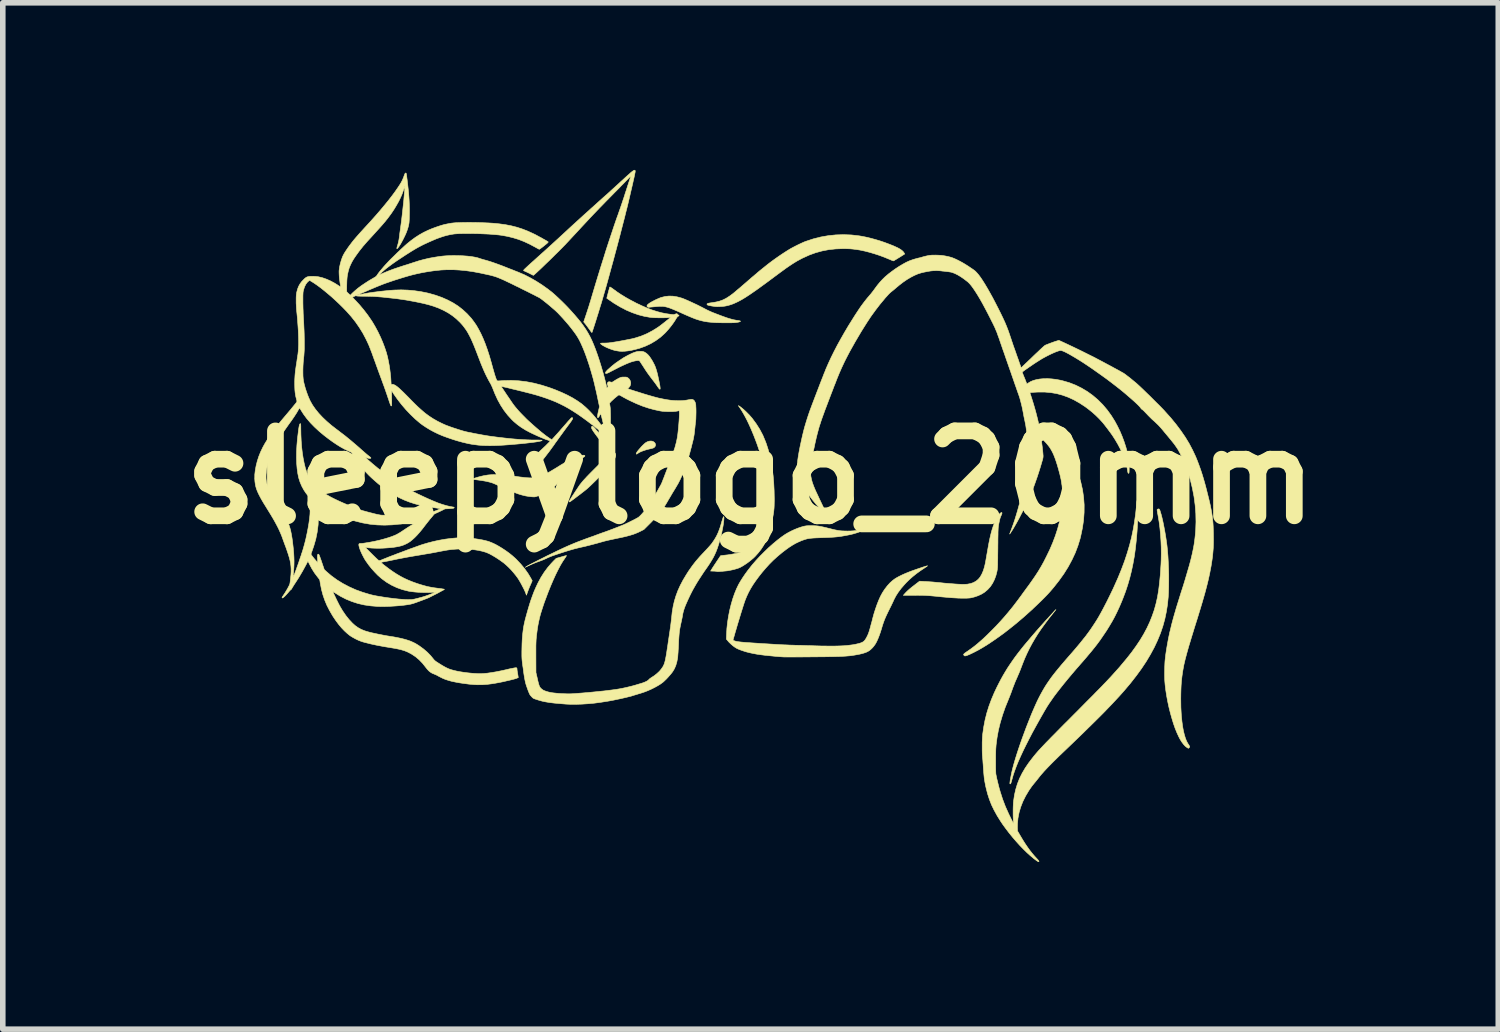
<source format=kicad_pcb>
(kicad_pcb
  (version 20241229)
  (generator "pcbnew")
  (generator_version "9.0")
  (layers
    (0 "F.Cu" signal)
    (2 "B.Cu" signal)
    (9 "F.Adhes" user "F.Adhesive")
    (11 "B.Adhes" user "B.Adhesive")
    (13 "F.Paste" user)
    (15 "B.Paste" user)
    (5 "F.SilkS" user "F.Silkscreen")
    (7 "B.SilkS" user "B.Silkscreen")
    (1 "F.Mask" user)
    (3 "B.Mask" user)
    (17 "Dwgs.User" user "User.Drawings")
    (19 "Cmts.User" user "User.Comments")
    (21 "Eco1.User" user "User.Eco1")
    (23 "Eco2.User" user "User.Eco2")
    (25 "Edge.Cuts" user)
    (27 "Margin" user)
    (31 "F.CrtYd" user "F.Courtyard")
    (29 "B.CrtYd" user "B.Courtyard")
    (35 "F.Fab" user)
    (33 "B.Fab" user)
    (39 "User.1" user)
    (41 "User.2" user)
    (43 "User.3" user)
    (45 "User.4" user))
  (footprint "sleepylogo_20mm"
    (layer "F.Cu")
    (at 10.421 5.519)
    (property "Reference" "sleepylogo_20mm" (at 0 0 0) (layer "F.SilkS") (effects (font (size 1.524 1.524) (thickness 0.3))))
    (attr through_hole)
    (fp_poly (pts (xy -4.039 1.613) (xy -4.041 1.615) (xy -4.044 1.613) (xy -4.041 1.61) (xy -4.039 1.613)) (stroke (width 0.01) (type solid)) (fill yes) (layer "F.SilkS"))
    (fp_poly (pts (xy -1.759 -0.649) (xy -1.737 -0.638) (xy -1.719 -0.623) (xy -1.708 -0.604) (xy -1.704 -0.583) (xy -1.709 -0.562) (xy -1.722 -0.543) (xy -1.744 -0.528) (xy -1.775 -0.519) (xy -1.778 -0.518) (xy -1.828 -0.507) (xy -1.877 -0.494) (xy -1.923 -0.479) (xy -1.963 -0.464) (xy -1.996 -0.448) (xy -2.014 -0.437) (xy -2.03 -0.425) (xy -2.04 -0.419) (xy -2.046 -0.418) (xy -2.049 -0.42) (xy -2.051 -0.424) (xy -2.049 -0.434) (xy -2.041 -0.451) (xy -2.025 -0.473) (xy -2.001 -0.502) (xy -1.971 -0.536) (xy -1.965 -0.544) (xy -1.935 -0.575) (xy -1.91 -0.599) (xy -1.888 -0.618) (xy -1.868 -0.631) (xy -1.848 -0.641) (xy -1.826 -0.648) (xy -1.814 -0.651) (xy -1.785 -0.653) (xy -1.759 -0.649)) (stroke (width 0.01) (type solid)) (fill yes) (layer "F.SilkS"))
    (fp_poly (pts (xy -1.957 -2.263) (xy -1.94 -2.261) (xy -1.926 -2.258) (xy -1.912 -2.253) (xy -1.899 -2.247) (xy -1.871 -2.229) (xy -1.844 -2.206) (xy -1.816 -2.174) (xy -1.789 -2.135) (xy -1.759 -2.087) (xy -1.746 -2.062) (xy -1.73 -2.032) (xy -1.716 -2.002) (xy -1.704 -1.971) (xy -1.693 -1.938) (xy -1.682 -1.901) (xy -1.671 -1.859) (xy -1.66 -1.811) (xy -1.648 -1.754) (xy -1.643 -1.733) (xy -1.635 -1.689) (xy -1.628 -1.655) (xy -1.624 -1.628) (xy -1.622 -1.609) (xy -1.621 -1.596) (xy -1.622 -1.587) (xy -1.625 -1.583) (xy -1.625 -1.583) (xy -1.631 -1.584) (xy -1.639 -1.591) (xy -1.646 -1.6) (xy -1.657 -1.615) (xy -1.671 -1.634) (xy -1.68 -1.648) (xy -1.696 -1.671) (xy -1.716 -1.698) (xy -1.737 -1.726) (xy -1.754 -1.748) (xy -1.787 -1.791) (xy -1.819 -1.834) (xy -1.852 -1.88) (xy -1.886 -1.93) (xy -1.923 -1.988) (xy -1.925 -1.991) (xy -1.943 -2.019) (xy -1.959 -2.043) (xy -1.973 -2.064) (xy -1.983 -2.08) (xy -1.989 -2.088) (xy -1.99 -2.089) (xy -2.003 -2.096) (xy -2.024 -2.098) (xy -2.055 -2.094) (xy -2.094 -2.086) (xy -2.123 -2.078) (xy -2.154 -2.068) (xy -2.187 -2.055) (xy -2.224 -2.04) (xy -2.264 -2.022) (xy -2.31 -2.001) (xy -2.362 -1.976) (xy -2.42 -1.946) (xy -2.486 -1.912) (xy -2.504 -1.903) (xy -2.536 -1.886) (xy -2.561 -1.874) (xy -2.58 -1.867) (xy -2.592 -1.865) (xy -2.6 -1.867) (xy -2.604 -1.872) (xy -2.604 -1.881) (xy -2.598 -1.893) (xy -2.585 -1.909) (xy -2.565 -1.93) (xy -2.555 -1.939) (xy -2.494 -1.993) (xy -2.427 -2.047) (xy -2.354 -2.098) (xy -2.281 -2.146) (xy -2.208 -2.187) (xy -2.194 -2.194) (xy -2.15 -2.216) (xy -2.113 -2.233) (xy -2.081 -2.245) (xy -2.053 -2.254) (xy -2.027 -2.26) (xy -2.001 -2.262) (xy -1.981 -2.263) (xy -1.957 -2.263)) (stroke (width 0.01) (type solid)) (fill yes) (layer "F.SilkS"))
    (fp_poly (pts (xy -1.392 -3.253) (xy -1.318 -3.241) (xy -1.24 -3.22) (xy -1.219 -3.213) (xy -1.196 -3.204) (xy -1.165 -3.191) (xy -1.128 -3.175) (xy -1.088 -3.157) (xy -1.045 -3.137) (xy -1.002 -3.117) (xy -0.961 -3.098) (xy -0.923 -3.079) (xy -0.89 -3.062) (xy -0.879 -3.057) (xy -0.835 -3.034) (xy -0.799 -3.015) (xy -0.767 -2.999) (xy -0.737 -2.985) (xy -0.708 -2.972) (xy -0.678 -2.959) (xy -0.643 -2.946) (xy -0.603 -2.93) (xy -0.602 -2.93) (xy -0.537 -2.905) (xy -0.479 -2.884) (xy -0.429 -2.866) (xy -0.385 -2.852) (xy -0.346 -2.841) (xy -0.31 -2.831) (xy -0.277 -2.825) (xy -0.246 -2.819) (xy -0.231 -2.818) (xy -0.204 -2.813) (xy -0.187 -2.809) (xy -0.18 -2.804) (xy -0.183 -2.798) (xy -0.195 -2.793) (xy -0.216 -2.787) (xy -0.246 -2.782) (xy -0.272 -2.779) (xy -0.293 -2.777) (xy -0.323 -2.776) (xy -0.359 -2.775) (xy -0.4 -2.775) (xy -0.445 -2.775) (xy -0.49 -2.775) (xy -0.535 -2.776) (xy -0.578 -2.777) (xy -0.617 -2.778) (xy -0.639 -2.779) (xy -0.704 -2.784) (xy -0.765 -2.79) (xy -0.822 -2.799) (xy -0.877 -2.811) (xy -0.932 -2.826) (xy -0.99 -2.845) (xy -1.051 -2.869) (xy -1.117 -2.897) (xy -1.161 -2.916) (xy -1.228 -2.946) (xy -1.287 -2.973) (xy -1.338 -2.995) (xy -1.383 -3.014) (xy -1.423 -3.03) (xy -1.457 -3.043) (xy -1.488 -3.053) (xy -1.516 -3.06) (xy -1.541 -3.066) (xy -1.566 -3.069) (xy -1.59 -3.071) (xy -1.615 -3.071) (xy -1.642 -3.07) (xy -1.67 -3.068) (xy -1.693 -3.066) (xy -1.724 -3.063) (xy -1.755 -3.06) (xy -1.781 -3.058) (xy -1.802 -3.056) (xy -1.811 -3.055) (xy -1.829 -3.054) (xy -1.84 -3.055) (xy -1.847 -3.059) (xy -1.851 -3.063) (xy -1.858 -3.075) (xy -1.857 -3.087) (xy -1.846 -3.101) (xy -1.827 -3.117) (xy -1.816 -3.125) (xy -1.788 -3.143) (xy -1.753 -3.162) (xy -1.715 -3.182) (xy -1.676 -3.2) (xy -1.639 -3.216) (xy -1.607 -3.229) (xy -1.602 -3.23) (xy -1.534 -3.247) (xy -1.464 -3.255) (xy -1.392 -3.253)) (stroke (width 0.01) (type solid)) (fill yes) (layer "F.SilkS"))
    (fp_poly (pts (xy -2.834 -0.918) (xy -2.827 -0.914) (xy -2.818 -0.907) (xy -2.805 -0.894) (xy -2.788 -0.875) (xy -2.774 -0.857) (xy -2.751 -0.831) (xy -2.727 -0.804) (xy -2.704 -0.777) (xy -2.684 -0.754) (xy -2.679 -0.749) (xy -2.641 -0.706) (xy -2.603 -0.659) (xy -2.565 -0.612) (xy -2.532 -0.567) (xy -2.508 -0.533) (xy -2.492 -0.51) (xy -2.475 -0.488) (xy -2.46 -0.469) (xy -2.449 -0.457) (xy -2.431 -0.436) (xy -2.422 -0.417) (xy -2.42 -0.394) (xy -2.426 -0.367) (xy -2.426 -0.367) (xy -2.437 -0.335) (xy -2.455 -0.302) (xy -2.479 -0.264) (xy -2.511 -0.222) (xy -2.511 -0.222) (xy -2.524 -0.207) (xy -2.543 -0.185) (xy -2.568 -0.159) (xy -2.597 -0.128) (xy -2.63 -0.094) (xy -2.665 -0.058) (xy -2.702 -0.02) (xy -2.74 0.018) (xy -2.777 0.055) (xy -2.814 0.091) (xy -2.848 0.124) (xy -2.878 0.153) (xy -2.905 0.178) (xy -2.927 0.198) (xy -2.934 0.204) (xy -2.948 0.216) (xy -2.968 0.232) (xy -2.993 0.252) (xy -3.021 0.273) (xy -3.051 0.297) (xy -3.083 0.321) (xy -3.115 0.345) (xy -3.145 0.368) (xy -3.174 0.39) (xy -3.199 0.408) (xy -3.219 0.423) (xy -3.235 0.434) (xy -3.243 0.44) (xy -3.245 0.44) (xy -3.252 0.439) (xy -3.254 0.435) (xy -3.253 0.43) (xy -3.249 0.421) (xy -3.241 0.405) (xy -3.228 0.385) (xy -3.211 0.357) (xy -3.19 0.324) (xy -3.163 0.283) (xy -3.131 0.234) (xy -3.097 0.183) (xy -3.079 0.156) (xy -3.061 0.13) (xy -3.041 0.105) (xy -3.02 0.079) (xy -2.997 0.052) (xy -2.969 0.022) (xy -2.938 -0.012) (xy -2.902 -0.049) (xy -2.86 -0.092) (xy -2.817 -0.135) (xy -2.763 -0.189) (xy -2.714 -0.238) (xy -2.671 -0.283) (xy -2.634 -0.324) (xy -2.602 -0.358) (xy -2.577 -0.388) (xy -2.559 -0.411) (xy -2.547 -0.428) (xy -2.542 -0.439) (xy -2.543 -0.441) (xy -2.548 -0.451) (xy -2.558 -0.467) (xy -2.572 -0.488) (xy -2.589 -0.514) (xy -2.608 -0.541) (xy -2.627 -0.569) (xy -2.647 -0.597) (xy -2.666 -0.622) (xy -2.682 -0.644) (xy -2.687 -0.65) (xy -2.72 -0.692) (xy -2.751 -0.731) (xy -2.778 -0.768) (xy -2.802 -0.8) (xy -2.821 -0.828) (xy -2.835 -0.849) (xy -2.84 -0.857) (xy -2.851 -0.879) (xy -2.855 -0.898) (xy -2.852 -0.911) (xy -2.843 -0.918) (xy -2.84 -0.918) (xy -2.834 -0.918)) (stroke (width 0.01) (type solid)) (fill yes) (layer "F.SilkS"))
    (fp_poly (pts (xy -2.511 -3.412) (xy -2.494 -3.401) (xy -2.471 -3.385) (xy -2.396 -3.33) (xy -2.321 -3.28) (xy -2.243 -3.232) (xy -2.161 -3.186) (xy -2.071 -3.139) (xy -2.057 -3.131) (xy -1.956 -3.083) (xy -1.862 -3.042) (xy -1.772 -3.007) (xy -1.685 -2.979) (xy -1.601 -2.956) (xy -1.517 -2.939) (xy -1.433 -2.927) (xy -1.406 -2.924) (xy -1.386 -2.922) (xy -1.372 -2.923) (xy -1.359 -2.928) (xy -1.351 -2.931) (xy -1.332 -2.938) (xy -1.318 -2.937) (xy -1.309 -2.928) (xy -1.308 -2.926) (xy -1.301 -2.918) (xy -1.294 -2.915) (xy -1.284 -2.911) (xy -1.283 -2.905) (xy -1.29 -2.897) (xy -1.297 -2.894) (xy -1.31 -2.885) (xy -1.322 -2.87) (xy -1.331 -2.857) (xy -1.359 -2.81) (xy -1.394 -2.759) (xy -1.433 -2.707) (xy -1.474 -2.657) (xy -1.515 -2.611) (xy -1.54 -2.585) (xy -1.618 -2.515) (xy -1.702 -2.454) (xy -1.791 -2.401) (xy -1.887 -2.356) (xy -1.988 -2.319) (xy -2.069 -2.297) (xy -2.142 -2.28) (xy -2.207 -2.27) (xy -2.265 -2.264) (xy -2.318 -2.263) (xy -2.352 -2.265) (xy -2.393 -2.271) (xy -2.431 -2.278) (xy -2.47 -2.289) (xy -2.502 -2.3) (xy -2.537 -2.313) (xy -2.571 -2.327) (xy -2.603 -2.342) (xy -2.633 -2.358) (xy -2.657 -2.372) (xy -2.677 -2.386) (xy -2.689 -2.397) (xy -2.692 -2.405) (xy -2.69 -2.408) (xy -2.68 -2.409) (xy -2.664 -2.411) (xy -2.639 -2.411) (xy -2.625 -2.411) (xy -2.588 -2.412) (xy -2.55 -2.414) (xy -2.509 -2.419) (xy -2.469 -2.425) (xy -2.406 -2.435) (xy -2.343 -2.446) (xy -2.284 -2.457) (xy -2.227 -2.468) (xy -2.176 -2.478) (xy -2.131 -2.487) (xy -2.094 -2.496) (xy -2.071 -2.502) (xy -1.964 -2.536) (xy -1.859 -2.58) (xy -1.757 -2.634) (xy -1.658 -2.696) (xy -1.638 -2.711) (xy -1.623 -2.721) (xy -1.604 -2.736) (xy -1.582 -2.753) (xy -1.558 -2.772) (xy -1.532 -2.792) (xy -1.508 -2.812) (xy -1.484 -2.83) (xy -1.464 -2.847) (xy -1.448 -2.86) (xy -1.438 -2.869) (xy -1.434 -2.873) (xy -1.434 -2.873) (xy -1.439 -2.873) (xy -1.452 -2.872) (xy -1.468 -2.87) (xy -1.492 -2.867) (xy -1.524 -2.866) (xy -1.562 -2.865) (xy -1.604 -2.865) (xy -1.648 -2.865) (xy -1.69 -2.866) (xy -1.731 -2.867) (xy -1.766 -2.87) (xy -1.795 -2.872) (xy -1.796 -2.872) (xy -1.904 -2.891) (xy -2.013 -2.919) (xy -2.122 -2.957) (xy -2.232 -3.004) (xy -2.341 -3.061) (xy -2.45 -3.126) (xy -2.515 -3.171) (xy -2.58 -3.216) (xy -2.555 -3.313) (xy -2.547 -3.344) (xy -2.539 -3.371) (xy -2.533 -3.393) (xy -2.529 -3.409) (xy -2.526 -3.417) (xy -2.526 -3.417) (xy -2.521 -3.418) (xy -2.511 -3.412)) (stroke (width 0.01) (type solid)) (fill yes) (layer "F.SilkS"))
    (fp_poly (pts (xy 4.514 0.638) (xy 4.512 0.653) (xy 4.503 0.675) (xy 4.502 0.677) (xy 4.491 0.702) (xy 4.48 0.732) (xy 4.471 0.768) (xy 4.461 0.813) (xy 4.454 0.848) (xy 4.452 0.86) (xy 4.45 0.872) (xy 4.449 0.885) (xy 4.447 0.899) (xy 4.446 0.915) (xy 4.445 0.935) (xy 4.444 0.959) (xy 4.443 0.987) (xy 4.443 1.022) (xy 4.442 1.063) (xy 4.441 1.111) (xy 4.441 1.167) (xy 4.44 1.232) (xy 4.44 1.265) (xy 4.439 1.335) (xy 4.438 1.395) (xy 4.438 1.447) (xy 4.437 1.491) (xy 4.436 1.528) (xy 4.436 1.559) (xy 4.435 1.585) (xy 4.434 1.606) (xy 4.433 1.624) (xy 4.431 1.639) (xy 4.43 1.652) (xy 4.428 1.664) (xy 4.426 1.675) (xy 4.426 1.679) (xy 4.406 1.759) (xy 4.379 1.833) (xy 4.345 1.901) (xy 4.305 1.961) (xy 4.257 2.014) (xy 4.203 2.059) (xy 4.191 2.068) (xy 4.139 2.099) (xy 4.08 2.125) (xy 4.019 2.146) (xy 3.958 2.161) (xy 3.94 2.164) (xy 3.913 2.166) (xy 3.877 2.168) (xy 3.835 2.168) (xy 3.787 2.168) (xy 3.736 2.167) (xy 3.683 2.164) (xy 3.63 2.161) (xy 3.597 2.159) (xy 3.555 2.155) (xy 3.509 2.151) (xy 3.461 2.147) (xy 3.417 2.143) (xy 3.381 2.139) (xy 3.324 2.133) (xy 3.277 2.129) (xy 3.235 2.125) (xy 3.198 2.122) (xy 3.165 2.12) (xy 3.132 2.118) (xy 3.099 2.117) (xy 3.063 2.117) (xy 3.023 2.116) (xy 2.977 2.116) (xy 2.94 2.117) (xy 2.743 2.117) (xy 2.769 2.087) (xy 2.794 2.06) (xy 2.823 2.032) (xy 2.857 2.002) (xy 2.897 1.969) (xy 2.944 1.933) (xy 2.951 1.927) (xy 3.035 1.863) (xy 3.106 1.867) (xy 3.154 1.869) (xy 3.208 1.873) (xy 3.268 1.877) (xy 3.329 1.883) (xy 3.389 1.888) (xy 3.426 1.892) (xy 3.47 1.897) (xy 3.518 1.901) (xy 3.569 1.905) (xy 3.619 1.909) (xy 3.669 1.913) (xy 3.715 1.916) (xy 3.757 1.918) (xy 3.793 1.92) (xy 3.82 1.92) (xy 3.824 1.92) (xy 3.89 1.917) (xy 3.949 1.906) (xy 4.001 1.888) (xy 4.048 1.862) (xy 4.088 1.829) (xy 4.123 1.787) (xy 4.152 1.736) (xy 4.178 1.676) (xy 4.183 1.661) (xy 4.191 1.634) (xy 4.2 1.604) (xy 4.208 1.571) (xy 4.216 1.534) (xy 4.224 1.49) (xy 4.233 1.439) (xy 4.243 1.38) (xy 4.247 1.358) (xy 4.263 1.267) (xy 4.278 1.184) (xy 4.293 1.11) (xy 4.308 1.044) (xy 4.323 0.983) (xy 4.339 0.928) (xy 4.356 0.877) (xy 4.374 0.829) (xy 4.393 0.784) (xy 4.407 0.753) (xy 4.424 0.721) (xy 4.438 0.696) (xy 4.451 0.676) (xy 4.465 0.66) (xy 4.467 0.658) (xy 4.486 0.64) (xy 4.501 0.631) (xy 4.51 0.63) (xy 4.514 0.638)) (stroke (width 0.01) (type solid)) (fill yes) (layer "F.SilkS"))
    (fp_poly (pts (xy 1.81 -4.352) (xy 1.949 -4.336) (xy 1.986 -4.33) (xy 2.063 -4.315) (xy 2.145 -4.296) (xy 2.231 -4.273) (xy 2.319 -4.247) (xy 2.405 -4.218) (xy 2.488 -4.187) (xy 2.566 -4.156) (xy 2.636 -4.124) (xy 2.641 -4.122) (xy 2.682 -4.099) (xy 2.717 -4.075) (xy 2.743 -4.05) (xy 2.76 -4.026) (xy 2.768 -4.01) (xy 2.67 -3.948) (xy 2.641 -3.931) (xy 2.616 -3.915) (xy 2.594 -3.902) (xy 2.578 -3.892) (xy 2.568 -3.887) (xy 2.566 -3.886) (xy 2.559 -3.888) (xy 2.545 -3.893) (xy 2.525 -3.901) (xy 2.501 -3.912) (xy 2.485 -3.918) (xy 2.403 -3.952) (xy 2.317 -3.984) (xy 2.228 -4.013) (xy 2.141 -4.039) (xy 2.056 -4.061) (xy 1.977 -4.078) (xy 1.956 -4.082) (xy 1.897 -4.091) (xy 1.841 -4.098) (xy 1.786 -4.103) (xy 1.729 -4.105) (xy 1.664 -4.106) (xy 1.656 -4.106) (xy 1.528 -4.101) (xy 1.405 -4.088) (xy 1.286 -4.065) (xy 1.169 -4.033) (xy 1.056 -3.992) (xy 0.944 -3.941) (xy 0.939 -3.939) (xy 0.906 -3.922) (xy 0.875 -3.905) (xy 0.844 -3.889) (xy 0.814 -3.871) (xy 0.783 -3.852) (xy 0.75 -3.831) (xy 0.715 -3.808) (xy 0.678 -3.783) (xy 0.636 -3.754) (xy 0.591 -3.721) (xy 0.54 -3.684) (xy 0.483 -3.642) (xy 0.42 -3.595) (xy 0.35 -3.543) (xy 0.349 -3.542) (xy 0.261 -3.477) (xy 0.181 -3.419) (xy 0.108 -3.366) (xy 0.04 -3.319) (xy -0.021 -3.277) (xy -0.078 -3.24) (xy -0.131 -3.207) (xy -0.18 -3.179) (xy -0.225 -3.155) (xy -0.268 -3.135) (xy -0.308 -3.117) (xy -0.347 -3.103) (xy -0.385 -3.091) (xy -0.422 -3.082) (xy -0.438 -3.078) (xy -0.475 -3.072) (xy -0.516 -3.068) (xy -0.559 -3.066) (xy -0.599 -3.065) (xy -0.634 -3.067) (xy -0.64 -3.068) (xy -0.674 -3.073) (xy -0.706 -3.078) (xy -0.733 -3.084) (xy -0.755 -3.089) (xy -0.77 -3.094) (xy -0.775 -3.097) (xy -0.781 -3.106) (xy -0.78 -3.114) (xy -0.772 -3.12) (xy -0.755 -3.126) (xy -0.729 -3.131) (xy -0.694 -3.136) (xy -0.689 -3.137) (xy -0.62 -3.148) (xy -0.557 -3.163) (xy -0.499 -3.184) (xy -0.442 -3.212) (xy -0.385 -3.248) (xy -0.363 -3.263) (xy -0.347 -3.275) (xy -0.331 -3.287) (xy -0.313 -3.3) (xy -0.294 -3.316) (xy -0.272 -3.334) (xy -0.247 -3.356) (xy -0.217 -3.381) (xy -0.181 -3.411) (xy -0.14 -3.447) (xy -0.099 -3.482) (xy -0.031 -3.541) (xy 0.03 -3.594) (xy 0.086 -3.641) (xy 0.136 -3.684) (xy 0.183 -3.723) (xy 0.227 -3.758) (xy 0.268 -3.791) (xy 0.308 -3.823) (xy 0.347 -3.853) (xy 0.387 -3.883) (xy 0.409 -3.899) (xy 0.455 -3.932) (xy 0.505 -3.967) (xy 0.555 -4.001) (xy 0.605 -4.034) (xy 0.652 -4.064) (xy 0.694 -4.09) (xy 0.719 -4.105) (xy 0.752 -4.123) (xy 0.79 -4.143) (xy 0.831 -4.164) (xy 0.874 -4.185) (xy 0.915 -4.204) (xy 0.952 -4.221) (xy 0.984 -4.234) (xy 0.996 -4.238) (xy 1.126 -4.281) (xy 1.26 -4.315) (xy 1.396 -4.339) (xy 1.533 -4.353) (xy 1.671 -4.357) (xy 1.81 -4.352)) (stroke (width 0.01) (type solid)) (fill yes) (layer "F.SilkS"))
    (fp_poly (pts (xy 6.944 0.413) (xy 6.948 0.415) (xy 6.951 0.421) (xy 6.954 0.432) (xy 6.956 0.447) (xy 6.957 0.469) (xy 6.957 0.497) (xy 6.957 0.533) (xy 6.956 0.578) (xy 6.955 0.632) (xy 6.954 0.645) (xy 6.948 0.815) (xy 6.938 0.976) (xy 6.925 1.129) (xy 6.909 1.275) (xy 6.89 1.414) (xy 6.866 1.547) (xy 6.839 1.676) (xy 6.808 1.801) (xy 6.773 1.922) (xy 6.734 2.041) (xy 6.69 2.158) (xy 6.663 2.226) (xy 6.621 2.324) (xy 6.579 2.415) (xy 6.537 2.5) (xy 6.493 2.581) (xy 6.445 2.662) (xy 6.394 2.745) (xy 6.353 2.806) (xy 6.317 2.859) (xy 6.282 2.91) (xy 6.246 2.96) (xy 6.209 3.009) (xy 6.169 3.06) (xy 6.127 3.112) (xy 6.08 3.168) (xy 6.029 3.229) (xy 5.973 3.294) (xy 5.929 3.344) (xy 5.841 3.445) (xy 5.76 3.54) (xy 5.686 3.629) (xy 5.618 3.712) (xy 5.556 3.79) (xy 5.499 3.863) (xy 5.447 3.932) (xy 5.401 3.998) (xy 5.358 4.06) (xy 5.32 4.119) (xy 5.286 4.177) (xy 5.282 4.183) (xy 5.202 4.323) (xy 5.129 4.454) (xy 5.061 4.578) (xy 5 4.695) (xy 4.944 4.805) (xy 4.893 4.909) (xy 4.848 5.006) (xy 4.807 5.098) (xy 4.772 5.184) (xy 4.742 5.265) (xy 4.716 5.341) (xy 4.696 5.412) (xy 4.694 5.419) (xy 4.687 5.444) (xy 4.681 5.465) (xy 4.676 5.482) (xy 4.673 5.49) (xy 4.667 5.5) (xy 4.66 5.501) (xy 4.656 5.497) (xy 4.655 5.489) (xy 4.657 5.473) (xy 4.66 5.449) (xy 4.664 5.419) (xy 4.671 5.385) (xy 4.678 5.347) (xy 4.686 5.308) (xy 4.695 5.268) (xy 4.704 5.229) (xy 4.71 5.207) (xy 4.729 5.137) (xy 4.752 5.059) (xy 4.778 4.975) (xy 4.807 4.886) (xy 4.838 4.794) (xy 4.871 4.7) (xy 4.906 4.605) (xy 4.941 4.51) (xy 4.977 4.417) (xy 5.013 4.326) (xy 5.048 4.239) (xy 5.083 4.158) (xy 5.116 4.083) (xy 5.147 4.015) (xy 5.169 3.97) (xy 5.199 3.912) (xy 5.229 3.857) (xy 5.259 3.804) (xy 5.29 3.752) (xy 5.323 3.701) (xy 5.358 3.65) (xy 5.395 3.597) (xy 5.436 3.543) (xy 5.481 3.486) (xy 5.531 3.425) (xy 5.586 3.359) (xy 5.647 3.288) (xy 5.714 3.211) (xy 5.728 3.195) (xy 5.797 3.116) (xy 5.859 3.043) (xy 5.916 2.975) (xy 5.968 2.91) (xy 6.016 2.85) (xy 6.06 2.791) (xy 6.102 2.733) (xy 6.141 2.675) (xy 6.18 2.616) (xy 6.218 2.556) (xy 6.246 2.51) (xy 6.265 2.476) (xy 6.288 2.435) (xy 6.314 2.387) (xy 6.342 2.334) (xy 6.371 2.278) (xy 6.401 2.22) (xy 6.43 2.161) (xy 6.459 2.102) (xy 6.486 2.046) (xy 6.511 1.994) (xy 6.525 1.963) (xy 6.596 1.804) (xy 6.659 1.65) (xy 6.715 1.501) (xy 6.763 1.355) (xy 6.805 1.212) (xy 6.841 1.07) (xy 6.87 0.93) (xy 6.89 0.813) (xy 6.896 0.773) (xy 6.902 0.728) (xy 6.909 0.68) (xy 6.915 0.631) (xy 6.92 0.583) (xy 6.925 0.538) (xy 6.929 0.499) (xy 6.932 0.467) (xy 6.932 0.461) (xy 6.934 0.438) (xy 6.936 0.423) (xy 6.939 0.415) (xy 6.942 0.413) (xy 6.944 0.413)) (stroke (width 0.01) (type solid)) (fill yes) (layer "F.SilkS"))
    (fp_poly (pts (xy -0.212 -1.287) (xy -0.206 -1.283) (xy -0.173 -1.26) (xy -0.136 -1.23) (xy -0.097 -1.195) (xy -0.058 -1.157) (xy -0.019 -1.117) (xy 0.015 -1.078) (xy 0.029 -1.062) (xy 0.102 -0.963) (xy 0.166 -0.862) (xy 0.222 -0.756) (xy 0.268 -0.645) (xy 0.284 -0.603) (xy 0.318 -0.497) (xy 0.346 -0.388) (xy 0.371 -0.274) (xy 0.39 -0.156) (xy 0.406 -0.032) (xy 0.417 0.098) (xy 0.424 0.236) (xy 0.427 0.383) (xy 0.427 0.412) (xy 0.426 0.463) (xy 0.425 0.509) (xy 0.423 0.551) (xy 0.419 0.592) (xy 0.414 0.634) (xy 0.407 0.677) (xy 0.398 0.725) (xy 0.387 0.778) (xy 0.373 0.839) (xy 0.371 0.85) (xy 0.357 0.909) (xy 0.343 0.959) (xy 0.33 1.003) (xy 0.317 1.044) (xy 0.302 1.082) (xy 0.286 1.121) (xy 0.272 1.151) (xy 0.234 1.223) (xy 0.189 1.292) (xy 0.135 1.36) (xy 0.084 1.417) (xy 0.052 1.448) (xy 0.014 1.48) (xy -0.027 1.513) (xy -0.069 1.544) (xy -0.112 1.572) (xy -0.152 1.597) (xy -0.189 1.617) (xy -0.216 1.628) (xy -0.242 1.637) (xy -0.274 1.646) (xy -0.311 1.656) (xy -0.348 1.664) (xy -0.384 1.671) (xy -0.411 1.676) (xy -0.427 1.678) (xy -0.448 1.68) (xy -0.473 1.682) (xy -0.5 1.685) (xy -0.527 1.687) (xy -0.552 1.689) (xy -0.573 1.69) (xy -0.588 1.691) (xy -0.594 1.691) (xy -0.601 1.689) (xy -0.612 1.687) (xy -0.612 1.687) (xy -0.624 1.685) (xy -0.643 1.683) (xy -0.665 1.682) (xy -0.672 1.682) (xy -0.716 1.681) (xy -0.69 1.638) (xy -0.679 1.62) (xy -0.663 1.596) (xy -0.645 1.568) (xy -0.624 1.537) (xy -0.604 1.506) (xy -0.599 1.499) (xy -0.536 1.405) (xy -0.46 1.396) (xy -0.405 1.39) (xy -0.352 1.382) (xy -0.303 1.373) (xy -0.259 1.365) (xy -0.222 1.356) (xy -0.194 1.347) (xy -0.193 1.347) (xy -0.157 1.331) (xy -0.118 1.31) (xy -0.079 1.286) (xy -0.052 1.267) (xy -0.038 1.257) (xy -0.027 1.251) (xy -0.023 1.25) (xy -0.016 1.246) (xy -0.006 1.235) (xy 0.008 1.219) (xy 0.024 1.199) (xy 0.04 1.177) (xy 0.05 1.163) (xy 0.074 1.123) (xy 0.097 1.075) (xy 0.12 1.023) (xy 0.139 0.968) (xy 0.156 0.914) (xy 0.162 0.886) (xy 0.167 0.867) (xy 0.173 0.84) (xy 0.181 0.807) (xy 0.19 0.771) (xy 0.199 0.732) (xy 0.206 0.706) (xy 0.221 0.645) (xy 0.233 0.592) (xy 0.243 0.545) (xy 0.251 0.503) (xy 0.258 0.465) (xy 0.262 0.428) (xy 0.266 0.391) (xy 0.269 0.353) (xy 0.269 0.338) (xy 0.271 0.307) (xy 0.273 0.279) (xy 0.274 0.255) (xy 0.276 0.238) (xy 0.277 0.23) (xy 0.279 0.214) (xy 0.28 0.19) (xy 0.28 0.16) (xy 0.28 0.126) (xy 0.278 0.089) (xy 0.276 0.052) (xy 0.273 0.016) (xy 0.269 -0.017) (xy 0.269 -0.018) (xy 0.263 -0.068) (xy 0.256 -0.111) (xy 0.249 -0.15) (xy 0.241 -0.189) (xy 0.231 -0.229) (xy 0.219 -0.275) (xy 0.208 -0.312) (xy 0.179 -0.411) (xy 0.15 -0.503) (xy 0.12 -0.591) (xy 0.088 -0.677) (xy 0.054 -0.764) (xy 0.016 -0.855) (xy 0.00036 -0.891) (xy -0.031 -0.96) (xy -0.063 -1.027) (xy -0.097 -1.092) (xy -0.13 -1.151) (xy -0.162 -1.205) (xy -0.19 -1.247) (xy -0.204 -1.267) (xy -0.213 -1.28) (xy -0.216 -1.287) (xy -0.216 -1.289) (xy -0.212 -1.287)) (stroke (width 0.01) (type solid)) (fill yes) (layer "F.SilkS"))
    (fp_poly (pts (xy -2.078 -5.513) (xy -2.075 -5.512) (xy -2.073 -5.51) (xy -2.071 -5.509) (xy -2.07 -5.506) (xy -2.069 -5.501) (xy -2.069 -5.494) (xy -2.07 -5.484) (xy -2.072 -5.471) (xy -2.076 -5.453) (xy -2.08 -5.431) (xy -2.086 -5.403) (xy -2.093 -5.37) (xy -2.103 -5.329) (xy -2.113 -5.282) (xy -2.126 -5.226) (xy -2.141 -5.162) (xy -2.158 -5.089) (xy -2.163 -5.067) (xy -2.178 -5.002) (xy -2.195 -4.929) (xy -2.215 -4.847) (xy -2.238 -4.758) (xy -2.261 -4.664) (xy -2.287 -4.564) (xy -2.314 -4.46) (xy -2.341 -4.354) (xy -2.37 -4.244) (xy -2.399 -4.134) (xy -2.429 -4.023) (xy -2.458 -3.913) (xy -2.488 -3.805) (xy -2.517 -3.699) (xy -2.545 -3.596) (xy -2.572 -3.498) (xy -2.598 -3.405) (xy -2.623 -3.319) (xy -2.646 -3.24) (xy -2.65 -3.226) (xy -2.663 -3.18) (xy -2.678 -3.129) (xy -2.695 -3.076) (xy -2.712 -3.02) (xy -2.729 -2.963) (xy -2.747 -2.907) (xy -2.764 -2.852) (xy -2.78 -2.8) (xy -2.796 -2.751) (xy -2.81 -2.707) (xy -2.823 -2.668) (xy -2.833 -2.636) (xy -2.841 -2.613) (xy -2.844 -2.604) (xy -2.847 -2.601) (xy -2.851 -2.603) (xy -2.858 -2.611) (xy -2.869 -2.625) (xy -2.884 -2.647) (xy -2.884 -2.647) (xy -2.903 -2.673) (xy -2.924 -2.702) (xy -2.945 -2.73) (xy -2.957 -2.746) (xy -2.994 -2.791) (xy -2.95 -2.921) (xy -2.937 -2.961) (xy -2.922 -3.007) (xy -2.905 -3.058) (xy -2.889 -3.111) (xy -2.873 -3.162) (xy -2.859 -3.209) (xy -2.858 -3.213) (xy -2.801 -3.404) (xy -2.746 -3.586) (xy -2.693 -3.759) (xy -2.641 -3.923) (xy -2.592 -4.081) (xy -2.543 -4.231) (xy -2.495 -4.375) (xy -2.449 -4.513) (xy -2.403 -4.647) (xy -2.373 -4.729) (xy -2.356 -4.779) (xy -2.338 -4.83) (xy -2.32 -4.882) (xy -2.303 -4.932) (xy -2.288 -4.978) (xy -2.274 -5.019) (xy -2.263 -5.052) (xy -2.263 -5.052) (xy -2.25 -5.095) (xy -2.234 -5.142) (xy -2.218 -5.192) (xy -2.203 -5.239) (xy -2.189 -5.281) (xy -2.187 -5.288) (xy -2.176 -5.321) (xy -2.166 -5.35) (xy -2.159 -5.374) (xy -2.153 -5.393) (xy -2.149 -5.404) (xy -2.149 -5.407) (xy -2.152 -5.405) (xy -2.161 -5.397) (xy -2.175 -5.383) (xy -2.191 -5.366) (xy -2.201 -5.356) (xy -2.214 -5.342) (xy -2.234 -5.322) (xy -2.259 -5.296) (xy -2.288 -5.266) (xy -2.322 -5.232) (xy -2.358 -5.194) (xy -2.397 -5.155) (xy -2.437 -5.115) (xy -2.466 -5.085) (xy -2.538 -5.012) (xy -2.604 -4.945) (xy -2.664 -4.883) (xy -2.721 -4.825) (xy -2.775 -4.768) (xy -2.828 -4.713) (xy -2.88 -4.658) (xy -2.932 -4.602) (xy -2.987 -4.543) (xy -3.045 -4.481) (xy -3.075 -4.448) (xy -3.114 -4.406) (xy -3.154 -4.363) (xy -3.195 -4.319) (xy -3.235 -4.276) (xy -3.273 -4.235) (xy -3.308 -4.198) (xy -3.338 -4.166) (xy -3.352 -4.152) (xy -3.376 -4.127) (xy -3.405 -4.098) (xy -3.437 -4.066) (xy -3.472 -4.031) (xy -3.51 -3.994) (xy -3.549 -3.955) (xy -3.589 -3.916) (xy -3.629 -3.877) (xy -3.669 -3.839) (xy -3.707 -3.802) (xy -3.744 -3.766) (xy -3.779 -3.733) (xy -3.81 -3.704) (xy -3.838 -3.678) (xy -3.861 -3.657) (xy -3.879 -3.641) (xy -3.891 -3.631) (xy -3.896 -3.627) (xy -3.896 -3.627) (xy -3.902 -3.629) (xy -3.915 -3.635) (xy -3.932 -3.644) (xy -3.948 -3.652) (xy -3.973 -3.665) (xy -4.001 -3.678) (xy -4.026 -3.69) (xy -4.035 -3.693) (xy -4.053 -3.702) (xy -4.066 -3.709) (xy -4.074 -3.715) (xy -4.074 -3.716) (xy -4.072 -3.72) (xy -4.066 -3.727) (xy -4.055 -3.739) (xy -4.039 -3.754) (xy -4.017 -3.775) (xy -3.99 -3.8) (xy -3.957 -3.83) (xy -3.917 -3.866) (xy -3.87 -3.908) (xy -3.817 -3.956) (xy -3.79 -3.98) (xy -3.658 -4.099) (xy -3.526 -4.219) (xy -3.392 -4.342) (xy -3.259 -4.465) (xy -3.23 -4.492) (xy -3.195 -4.524) (xy -3.152 -4.563) (xy -3.104 -4.607) (xy -3.05 -4.656) (xy -2.991 -4.71) (xy -2.927 -4.767) (xy -2.859 -4.829) (xy -2.787 -4.893) (xy -2.712 -4.961) (xy -2.634 -5.031) (xy -2.57 -5.087) (xy -2.536 -5.118) (xy -2.497 -5.154) (xy -2.454 -5.193) (xy -2.409 -5.234) (xy -2.364 -5.275) (xy -2.322 -5.314) (xy -2.295 -5.338) (xy -2.25 -5.38) (xy -2.211 -5.415) (xy -2.178 -5.444) (xy -2.152 -5.468) (xy -2.13 -5.486) (xy -2.112 -5.499) (xy -2.099 -5.508) (xy -2.089 -5.513) (xy -2.082 -5.514) (xy -2.078 -5.513)) (stroke (width 0.01) (type solid)) (fill yes) (layer "F.SilkS"))
    (fp_poly (pts (xy 1.097 0.867) (xy 1.129 0.867) (xy 1.158 0.868) (xy 1.186 0.87) (xy 1.214 0.873) (xy 1.243 0.878) (xy 1.275 0.884) (xy 1.313 0.892) (xy 1.356 0.902) (xy 1.407 0.915) (xy 1.425 0.919) (xy 1.475 0.932) (xy 1.518 0.942) (xy 1.556 0.949) (xy 1.59 0.955) (xy 1.623 0.959) (xy 1.657 0.961) (xy 1.695 0.962) (xy 1.737 0.963) (xy 1.742 0.963) (xy 1.799 0.962) (xy 1.848 0.959) (xy 1.893 0.954) (xy 1.934 0.947) (xy 1.976 0.937) (xy 2.004 0.929) (xy 2.029 0.922) (xy 2.045 0.919) (xy 2.055 0.918) (xy 2.059 0.921) (xy 2.06 0.925) (xy 2.055 0.932) (xy 2.042 0.941) (xy 2.021 0.952) (xy 1.994 0.964) (xy 1.962 0.976) (xy 1.926 0.989) (xy 1.887 1.001) (xy 1.847 1.013) (xy 1.807 1.023) (xy 1.771 1.031) (xy 1.719 1.041) (xy 1.67 1.05) (xy 1.624 1.058) (xy 1.579 1.064) (xy 1.533 1.069) (xy 1.484 1.073) (xy 1.431 1.076) (xy 1.372 1.079) (xy 1.305 1.081) (xy 1.278 1.082) (xy 1.22 1.084) (xy 1.172 1.086) (xy 1.132 1.088) (xy 1.097 1.091) (xy 1.068 1.094) (xy 1.042 1.098) (xy 1.019 1.102) (xy 0.997 1.108) (xy 0.975 1.114) (xy 0.973 1.115) (xy 0.916 1.135) (xy 0.861 1.159) (xy 0.807 1.185) (xy 0.752 1.217) (xy 0.696 1.253) (xy 0.636 1.296) (xy 0.572 1.345) (xy 0.561 1.354) (xy 0.484 1.418) (xy 0.411 1.484) (xy 0.341 1.554) (xy 0.273 1.629) (xy 0.204 1.71) (xy 0.146 1.784) (xy 0.092 1.857) (xy 0.044 1.927) (xy 0.003 1.994) (xy -0.034 2.062) (xy -0.066 2.13) (xy -0.096 2.203) (xy -0.097 2.206) (xy -0.104 2.226) (xy -0.114 2.255) (xy -0.126 2.292) (xy -0.14 2.336) (xy -0.155 2.384) (xy -0.172 2.438) (xy -0.189 2.494) (xy -0.207 2.553) (xy -0.225 2.613) (xy -0.243 2.673) (xy -0.26 2.732) (xy -0.277 2.789) (xy -0.292 2.843) (xy -0.304 2.884) (xy -0.314 2.921) (xy -0.3 2.929) (xy -0.287 2.934) (xy -0.271 2.939) (xy -0.252 2.944) (xy -0.228 2.948) (xy -0.198 2.952) (xy -0.162 2.956) (xy -0.119 2.96) (xy -0.067 2.964) (xy -0.006 2.968) (xy 0.003 2.969) (xy 0.111 2.976) (xy 0.21 2.983) (xy 0.301 2.988) (xy 0.384 2.993) (xy 0.46 2.998) (xy 0.529 3.002) (xy 0.593 3.005) (xy 0.652 3.007) (xy 0.707 3.01) (xy 0.759 3.011) (xy 0.803 3.013) (xy 0.855 3.014) (xy 0.912 3.015) (xy 0.971 3.017) (xy 1.028 3.019) (xy 1.083 3.02) (xy 1.131 3.022) (xy 1.158 3.023) (xy 1.264 3.026) (xy 1.362 3.027) (xy 1.451 3.028) (xy 1.531 3.027) (xy 1.605 3.025) (xy 1.673 3.022) (xy 1.735 3.017) (xy 1.792 3.01) (xy 1.845 3.003) (xy 1.895 2.993) (xy 1.921 2.987) (xy 1.962 2.977) (xy 1.994 2.965) (xy 2.02 2.952) (xy 2.041 2.935) (xy 2.059 2.913) (xy 2.076 2.886) (xy 2.082 2.875) (xy 2.092 2.856) (xy 2.101 2.838) (xy 2.109 2.82) (xy 2.117 2.8) (xy 2.125 2.778) (xy 2.133 2.753) (xy 2.142 2.723) (xy 2.152 2.687) (xy 2.163 2.645) (xy 2.177 2.595) (xy 2.192 2.537) (xy 2.192 2.535) (xy 2.216 2.447) (xy 2.243 2.362) (xy 2.271 2.282) (xy 2.3 2.208) (xy 2.33 2.141) (xy 2.335 2.131) (xy 2.371 2.065) (xy 2.412 2.003) (xy 2.456 1.946) (xy 2.503 1.894) (xy 2.551 1.851) (xy 2.588 1.823) (xy 2.625 1.8) (xy 2.671 1.775) (xy 2.722 1.75) (xy 2.778 1.725) (xy 2.837 1.701) (xy 2.86 1.692) (xy 2.889 1.681) (xy 2.922 1.669) (xy 2.957 1.657) (xy 2.994 1.644) (xy 3.03 1.632) (xy 3.066 1.62) (xy 3.098 1.609) (xy 3.127 1.6) (xy 3.15 1.593) (xy 3.167 1.588) (xy 3.176 1.586) (xy 3.177 1.586) (xy 3.175 1.59) (xy 3.165 1.597) (xy 3.151 1.608) (xy 3.132 1.62) (xy 3.131 1.621) (xy 3.05 1.675) (xy 2.978 1.727) (xy 2.912 1.78) (xy 2.852 1.833) (xy 2.796 1.888) (xy 2.763 1.924) (xy 2.703 1.993) (xy 2.653 2.06) (xy 2.611 2.125) (xy 2.578 2.188) (xy 2.568 2.209) (xy 2.561 2.226) (xy 2.55 2.249) (xy 2.536 2.278) (xy 2.52 2.311) (xy 2.503 2.345) (xy 2.49 2.371) (xy 2.464 2.424) (xy 2.442 2.47) (xy 2.423 2.512) (xy 2.406 2.552) (xy 2.391 2.592) (xy 2.376 2.635) (xy 2.361 2.683) (xy 2.35 2.721) (xy 2.328 2.79) (xy 2.306 2.851) (xy 2.285 2.903) (xy 2.264 2.949) (xy 2.242 2.989) (xy 2.218 3.023) (xy 2.193 3.054) (xy 2.179 3.068) (xy 2.155 3.091) (xy 2.131 3.11) (xy 2.105 3.125) (xy 2.076 3.139) (xy 2.042 3.151) (xy 2.002 3.163) (xy 1.954 3.174) (xy 1.922 3.18) (xy 1.878 3.188) (xy 1.835 3.195) (xy 1.792 3.201) (xy 1.746 3.205) (xy 1.696 3.209) (xy 1.64 3.212) (xy 1.577 3.215) (xy 1.56 3.215) (xy 1.534 3.216) (xy 1.501 3.217) (xy 1.461 3.217) (xy 1.414 3.218) (xy 1.362 3.219) (xy 1.306 3.22) (xy 1.247 3.22) (xy 1.185 3.221) (xy 1.122 3.221) (xy 1.058 3.222) (xy 0.995 3.222) (xy 0.933 3.223) (xy 0.874 3.223) (xy 0.817 3.223) (xy 0.765 3.224) (xy 0.718 3.224) (xy 0.677 3.224) (xy 0.644 3.223) (xy 0.618 3.223) (xy 0.601 3.223) (xy 0.597 3.223) (xy 0.537 3.219) (xy 0.471 3.214) (xy 0.402 3.207) (xy 0.331 3.2) (xy 0.262 3.193) (xy 0.198 3.185) (xy 0.14 3.177) (xy 0.125 3.175) (xy 0.054 3.162) (xy -0.016 3.147) (xy -0.083 3.13) (xy -0.145 3.11) (xy -0.2 3.09) (xy -0.243 3.071) (xy -0.278 3.05) (xy -0.315 3.023) (xy -0.352 2.991) (xy -0.387 2.957) (xy -0.406 2.935) (xy -0.433 2.903) (xy -0.43 2.819) (xy -0.424 2.712) (xy -0.412 2.602) (xy -0.395 2.493) (xy -0.374 2.386) (xy -0.348 2.281) (xy -0.319 2.18) (xy -0.286 2.085) (xy -0.25 1.997) (xy -0.213 1.921) (xy -0.18 1.864) (xy -0.141 1.802) (xy -0.097 1.737) (xy -0.049 1.671) (xy 0.002 1.606) (xy 0.033 1.567) (xy 0.102 1.488) (xy 0.175 1.409) (xy 0.251 1.333) (xy 0.328 1.259) (xy 0.406 1.19) (xy 0.483 1.126) (xy 0.557 1.069) (xy 0.623 1.023) (xy 0.672 0.994) (xy 0.727 0.965) (xy 0.787 0.937) (xy 0.848 0.912) (xy 0.906 0.892) (xy 0.947 0.88) (xy 0.968 0.875) (xy 0.986 0.872) (xy 1.003 0.869) (xy 1.022 0.868) (xy 1.045 0.867) (xy 1.074 0.866) (xy 1.097 0.867)) (stroke (width 0.01) (type solid)) (fill yes) (layer "F.SilkS"))
    (fp_poly (pts (xy 7.33 0.566) (xy 7.335 0.569) (xy 7.34 0.574) (xy 7.345 0.583) (xy 7.351 0.598) (xy 7.357 0.619) (xy 7.366 0.648) (xy 7.372 0.668) (xy 7.384 0.714) (xy 7.397 0.769) (xy 7.41 0.83) (xy 7.423 0.896) (xy 7.436 0.965) (xy 7.448 1.034) (xy 7.459 1.103) (xy 7.468 1.169) (xy 7.475 1.219) (xy 7.485 1.313) (xy 7.493 1.415) (xy 7.499 1.522) (xy 7.504 1.632) (xy 7.507 1.744) (xy 7.507 1.854) (xy 7.506 1.961) (xy 7.503 2.063) (xy 7.498 2.146) (xy 7.485 2.28) (xy 7.464 2.412) (xy 7.437 2.541) (xy 7.402 2.669) (xy 7.359 2.796) (xy 7.307 2.923) (xy 7.248 3.049) (xy 7.18 3.175) (xy 7.104 3.303) (xy 7.019 3.431) (xy 6.924 3.561) (xy 6.821 3.693) (xy 6.708 3.827) (xy 6.678 3.861) (xy 6.62 3.926) (xy 6.556 3.995) (xy 6.487 4.069) (xy 6.413 4.146) (xy 6.333 4.229) (xy 6.246 4.316) (xy 6.153 4.408) (xy 6.053 4.506) (xy 5.947 4.61) (xy 5.833 4.72) (xy 5.756 4.794) (xy 5.682 4.865) (xy 5.615 4.929) (xy 5.554 4.987) (xy 5.499 5.041) (xy 5.45 5.089) (xy 5.406 5.133) (xy 5.367 5.173) (xy 5.331 5.21) (xy 5.299 5.244) (xy 5.269 5.276) (xy 5.243 5.306) (xy 5.218 5.334) (xy 5.195 5.362) (xy 5.173 5.39) (xy 5.151 5.418) (xy 5.149 5.42) (xy 5.131 5.443) (xy 5.11 5.469) (xy 5.09 5.493) (xy 5.082 5.503) (xy 5.066 5.522) (xy 5.047 5.547) (xy 5.027 5.576) (xy 5.007 5.605) (xy 4.996 5.621) (xy 4.937 5.72) (xy 4.888 5.819) (xy 4.849 5.919) (xy 4.82 6.019) (xy 4.801 6.118) (xy 4.792 6.217) (xy 4.791 6.284) (xy 4.793 6.347) (xy 4.841 6.429) (xy 4.886 6.505) (xy 4.929 6.573) (xy 4.971 6.635) (xy 5.012 6.692) (xy 5.054 6.745) (xy 5.098 6.797) (xy 5.144 6.847) (xy 5.163 6.868) (xy 5.174 6.883) (xy 5.178 6.893) (xy 5.175 6.898) (xy 5.169 6.899) (xy 5.162 6.896) (xy 5.15 6.889) (xy 5.134 6.878) (xy 5.133 6.878) (xy 5.079 6.837) (xy 5.021 6.788) (xy 4.96 6.733) (xy 4.897 6.671) (xy 4.833 6.605) (xy 4.769 6.534) (xy 4.706 6.461) (xy 4.645 6.386) (xy 4.587 6.31) (xy 4.532 6.235) (xy 4.489 6.171) (xy 4.426 6.07) (xy 4.372 5.972) (xy 4.325 5.875) (xy 4.287 5.777) (xy 4.255 5.678) (xy 4.23 5.58) (xy 4.22 5.538) (xy 4.213 5.5) (xy 4.206 5.464) (xy 4.2 5.428) (xy 4.195 5.392) (xy 4.191 5.353) (xy 4.187 5.31) (xy 4.183 5.261) (xy 4.179 5.205) (xy 4.176 5.154) (xy 4.173 5.12) (xy 4.171 5.086) (xy 4.168 5.053) (xy 4.165 5.026) (xy 4.165 5.019) (xy 4.162 4.988) (xy 4.16 4.949) (xy 4.159 4.904) (xy 4.159 4.855) (xy 4.159 4.804) (xy 4.159 4.754) (xy 4.161 4.707) (xy 4.163 4.664) (xy 4.166 4.627) (xy 4.167 4.613) (xy 4.186 4.481) (xy 4.21 4.355) (xy 4.241 4.231) (xy 4.279 4.109) (xy 4.324 3.987) (xy 4.377 3.862) (xy 4.422 3.767) (xy 4.458 3.696) (xy 4.494 3.627) (xy 4.531 3.56) (xy 4.57 3.494) (xy 4.61 3.428) (xy 4.653 3.363) (xy 4.698 3.297) (xy 4.746 3.229) (xy 4.798 3.16) (xy 4.854 3.088) (xy 4.915 3.012) (xy 4.981 2.934) (xy 5.052 2.85) (xy 5.128 2.762) (xy 5.211 2.668) (xy 5.301 2.568) (xy 5.334 2.532) (xy 5.373 2.489) (xy 5.406 2.453) (xy 5.433 2.424) (xy 5.453 2.401) (xy 5.468 2.385) (xy 5.478 2.375) (xy 5.482 2.372) (xy 5.482 2.373) (xy 5.476 2.381) (xy 5.467 2.393) (xy 5.453 2.41) (xy 5.436 2.432) (xy 5.435 2.433) (xy 5.355 2.534) (xy 5.283 2.63) (xy 5.217 2.721) (xy 5.157 2.81) (xy 5.103 2.897) (xy 5.053 2.983) (xy 5.007 3.069) (xy 4.964 3.157) (xy 4.923 3.248) (xy 4.885 3.343) (xy 4.859 3.411) (xy 4.846 3.446) (xy 4.831 3.483) (xy 4.816 3.52) (xy 4.801 3.553) (xy 4.796 3.566) (xy 4.751 3.668) (xy 4.71 3.773) (xy 4.686 3.84) (xy 4.674 3.873) (xy 4.66 3.909) (xy 4.646 3.945) (xy 4.633 3.976) (xy 4.631 3.982) (xy 4.572 4.127) (xy 4.523 4.268) (xy 4.482 4.406) (xy 4.449 4.541) (xy 4.425 4.674) (xy 4.408 4.805) (xy 4.405 4.849) (xy 4.403 4.874) (xy 4.402 4.906) (xy 4.401 4.944) (xy 4.4 4.986) (xy 4.4 5.031) (xy 4.4 5.078) (xy 4.4 5.125) (xy 4.4 5.17) (xy 4.4 5.212) (xy 4.401 5.25) (xy 4.402 5.283) (xy 4.403 5.308) (xy 4.404 5.323) (xy 4.408 5.344) (xy 4.414 5.372) (xy 4.421 5.407) (xy 4.431 5.447) (xy 4.441 5.489) (xy 4.452 5.533) (xy 4.463 5.576) (xy 4.475 5.617) (xy 4.484 5.648) (xy 4.525 5.776) (xy 4.575 5.907) (xy 4.633 6.037) (xy 4.675 6.123) (xy 4.689 6.15) (xy 4.701 6.174) (xy 4.711 6.193) (xy 4.719 6.206) (xy 4.722 6.212) (xy 4.722 6.212) (xy 4.722 6.206) (xy 4.721 6.193) (xy 4.72 6.175) (xy 4.719 6.167) (xy 4.717 6.138) (xy 4.715 6.101) (xy 4.714 6.058) (xy 4.714 6.011) (xy 4.714 5.964) (xy 4.715 5.917) (xy 4.717 5.874) (xy 4.719 5.836) (xy 4.722 5.809) (xy 4.738 5.701) (xy 4.761 5.599) (xy 4.791 5.5) (xy 4.829 5.404) (xy 4.876 5.31) (xy 4.931 5.216) (xy 4.996 5.121) (xy 5.012 5.101) (xy 5.03 5.076) (xy 5.048 5.053) (xy 5.066 5.03) (xy 5.083 5.008) (xy 5.102 4.985) (xy 5.121 4.962) (xy 5.141 4.939) (xy 5.163 4.913) (xy 5.187 4.887) (xy 5.214 4.858) (xy 5.244 4.826) (xy 5.276 4.792) (xy 5.312 4.754) (xy 5.353 4.713) (xy 5.397 4.667) (xy 5.447 4.617) (xy 5.501 4.562) (xy 5.561 4.501) (xy 5.627 4.434) (xy 5.7 4.362) (xy 5.779 4.282) (xy 5.804 4.257) (xy 5.886 4.175) (xy 5.961 4.099) (xy 6.029 4.03) (xy 6.092 3.967) (xy 6.15 3.909) (xy 6.202 3.855) (xy 6.25 3.807) (xy 6.294 3.762) (xy 6.334 3.72) (xy 6.371 3.682) (xy 6.405 3.646) (xy 6.437 3.612) (xy 6.467 3.58) (xy 6.495 3.549) (xy 6.522 3.519) (xy 6.549 3.489) (xy 6.576 3.459) (xy 6.603 3.429) (xy 6.631 3.397) (xy 6.655 3.368) (xy 6.753 3.251) (xy 6.842 3.138) (xy 6.922 3.027) (xy 6.995 2.918) (xy 7.059 2.811) (xy 7.116 2.704) (xy 7.166 2.597) (xy 7.209 2.489) (xy 7.247 2.38) (xy 7.278 2.268) (xy 7.304 2.154) (xy 7.305 2.149) (xy 7.316 2.082) (xy 7.328 2.007) (xy 7.338 1.925) (xy 7.347 1.838) (xy 7.356 1.746) (xy 7.362 1.653) (xy 7.368 1.559) (xy 7.371 1.486) (xy 7.373 1.371) (xy 7.372 1.253) (xy 7.367 1.135) (xy 7.359 1.018) (xy 7.348 0.905) (xy 7.334 0.797) (xy 7.317 0.696) (xy 7.313 0.672) (xy 7.307 0.643) (xy 7.303 0.618) (xy 7.3 0.598) (xy 7.298 0.585) (xy 7.298 0.581) (xy 7.307 0.571) (xy 7.32 0.566) (xy 7.33 0.566)) (stroke (width 0.01) (type solid)) (fill yes) (layer "F.SilkS"))
    (fp_poly (pts (xy -0.478 0.708) (xy -0.476 0.722) (xy -0.477 0.743) (xy -0.479 0.771) (xy -0.483 0.805) (xy -0.488 0.844) (xy -0.495 0.886) (xy -0.504 0.931) (xy -0.513 0.977) (xy -0.523 1.024) (xy -0.535 1.071) (xy -0.546 1.115) (xy -0.552 1.135) (xy -0.574 1.208) (xy -0.596 1.274) (xy -0.619 1.334) (xy -0.644 1.39) (xy -0.672 1.445) (xy -0.705 1.501) (xy -0.742 1.56) (xy -0.78 1.616) (xy -0.834 1.693) (xy -0.881 1.764) (xy -0.924 1.83) (xy -0.963 1.892) (xy -0.998 1.952) (xy -1.031 2.01) (xy -1.062 2.069) (xy -1.092 2.13) (xy -1.122 2.194) (xy -1.139 2.232) (xy -1.16 2.28) (xy -1.177 2.321) (xy -1.19 2.357) (xy -1.2 2.388) (xy -1.208 2.418) (xy -1.215 2.447) (xy -1.217 2.461) (xy -1.222 2.49) (xy -1.228 2.523) (xy -1.235 2.555) (xy -1.237 2.565) (xy -1.247 2.611) (xy -1.256 2.651) (xy -1.263 2.687) (xy -1.269 2.719) (xy -1.274 2.751) (xy -1.278 2.783) (xy -1.281 2.816) (xy -1.284 2.854) (xy -1.287 2.896) (xy -1.29 2.945) (xy -1.292 3.002) (xy -1.293 3.018) (xy -1.295 3.061) (xy -1.298 3.103) (xy -1.3 3.143) (xy -1.303 3.179) (xy -1.305 3.209) (xy -1.307 3.231) (xy -1.308 3.239) (xy -1.322 3.312) (xy -1.341 3.377) (xy -1.366 3.435) (xy -1.397 3.487) (xy -1.407 3.5) (xy -1.428 3.527) (xy -1.454 3.557) (xy -1.481 3.588) (xy -1.509 3.618) (xy -1.536 3.644) (xy -1.559 3.666) (xy -1.572 3.677) (xy -1.614 3.708) (xy -1.664 3.739) (xy -1.72 3.77) (xy -1.78 3.8) (xy -1.843 3.828) (xy -1.905 3.852) (xy -1.965 3.872) (xy -1.988 3.879) (xy -2.018 3.888) (xy -2.053 3.899) (xy -2.088 3.909) (xy -2.11 3.916) (xy -2.141 3.926) (xy -2.182 3.936) (xy -2.229 3.948) (xy -2.281 3.96) (xy -2.338 3.973) (xy -2.397 3.985) (xy -2.457 3.998) (xy -2.516 4.009) (xy -2.573 4.019) (xy -2.581 4.02) (xy -2.695 4.038) (xy -2.809 4.053) (xy -2.921 4.063) (xy -3.029 4.07) (xy -3.133 4.073) (xy -3.231 4.073) (xy -3.315 4.069) (xy -3.39 4.063) (xy -3.456 4.057) (xy -3.515 4.052) (xy -3.566 4.046) (xy -3.613 4.04) (xy -3.655 4.033) (xy -3.694 4.026) (xy -3.731 4.018) (xy -3.767 4.009) (xy -3.804 3.998) (xy -3.842 3.986) (xy -3.844 3.985) (xy -3.869 3.977) (xy -3.886 3.971) (xy -3.899 3.964) (xy -3.91 3.956) (xy -3.921 3.945) (xy -3.929 3.937) (xy -3.941 3.923) (xy -3.951 3.912) (xy -3.959 3.9) (xy -3.967 3.886) (xy -3.974 3.869) (xy -3.983 3.848) (xy -3.994 3.819) (xy -4.004 3.791) (xy -4.016 3.757) (xy -4.026 3.728) (xy -4.034 3.701) (xy -4.041 3.674) (xy -4.047 3.646) (xy -4.053 3.615) (xy -4.059 3.58) (xy -4.066 3.538) (xy -4.073 3.489) (xy -4.074 3.48) (xy -4.081 3.425) (xy -4.088 3.38) (xy -4.093 3.341) (xy -4.097 3.309) (xy -4.1 3.28) (xy -4.102 3.255) (xy -4.103 3.231) (xy -4.104 3.207) (xy -4.104 3.182) (xy -4.104 3.154) (xy -4.104 3.122) (xy -4.103 3.084) (xy -4.103 3.077) (xy -4.101 2.986) (xy -4.097 2.903) (xy -4.091 2.828) (xy -4.083 2.759) (xy -4.074 2.693) (xy -4.062 2.631) (xy -4.048 2.57) (xy -4.046 2.56) (xy -4.018 2.457) (xy -3.991 2.362) (xy -3.965 2.275) (xy -3.939 2.195) (xy -3.912 2.12) (xy -3.885 2.049) (xy -3.856 1.982) (xy -3.825 1.916) (xy -3.81 1.885) (xy -3.76 1.793) (xy -3.703 1.703) (xy -3.64 1.618) (xy -3.573 1.54) (xy -3.527 1.492) (xy -3.487 1.453) (xy -3.399 1.428) (xy -3.37 1.419) (xy -3.345 1.412) (xy -3.324 1.407) (xy -3.31 1.403) (xy -3.304 1.402) (xy -3.304 1.406) (xy -3.309 1.416) (xy -3.318 1.431) (xy -3.327 1.444) (xy -3.369 1.506) (xy -3.411 1.576) (xy -3.453 1.656) (xy -3.497 1.744) (xy -3.541 1.841) (xy -3.587 1.948) (xy -3.634 2.065) (xy -3.668 2.156) (xy -3.699 2.238) (xy -3.725 2.315) (xy -3.748 2.386) (xy -3.769 2.453) (xy -3.786 2.517) (xy -3.8 2.581) (xy -3.813 2.644) (xy -3.824 2.709) (xy -3.833 2.776) (xy -3.842 2.848) (xy -3.844 2.87) (xy -3.846 2.892) (xy -3.848 2.914) (xy -3.849 2.937) (xy -3.85 2.962) (xy -3.851 2.99) (xy -3.852 3.023) (xy -3.852 3.061) (xy -3.852 3.106) (xy -3.852 3.159) (xy -3.852 3.221) (xy -3.852 3.231) (xy -3.851 3.503) (xy -3.83 3.592) (xy -3.82 3.638) (xy -3.811 3.675) (xy -3.803 3.705) (xy -3.796 3.728) (xy -3.789 3.747) (xy -3.781 3.762) (xy -3.773 3.774) (xy -3.763 3.785) (xy -3.751 3.796) (xy -3.736 3.808) (xy -3.733 3.81) (xy -3.716 3.821) (xy -3.69 3.832) (xy -3.658 3.843) (xy -3.623 3.853) (xy -3.585 3.861) (xy -3.547 3.867) (xy -3.539 3.868) (xy -3.492 3.873) (xy -3.44 3.878) (xy -3.387 3.881) (xy -3.335 3.883) (xy -3.286 3.885) (xy -3.242 3.885) (xy -3.216 3.884) (xy -3.181 3.882) (xy -3.139 3.879) (xy -3.089 3.875) (xy -3.033 3.871) (xy -2.974 3.866) (xy -2.913 3.861) (xy -2.85 3.855) (xy -2.789 3.849) (xy -2.729 3.843) (xy -2.673 3.837) (xy -2.629 3.833) (xy -2.549 3.823) (xy -2.477 3.814) (xy -2.411 3.805) (xy -2.35 3.795) (xy -2.293 3.784) (xy -2.236 3.772) (xy -2.178 3.758) (xy -2.118 3.743) (xy -2.054 3.725) (xy -2.032 3.718) (xy -1.978 3.702) (xy -1.933 3.688) (xy -1.897 3.674) (xy -1.868 3.661) (xy -1.846 3.648) (xy -1.83 3.635) (xy -1.822 3.626) (xy -1.813 3.617) (xy -1.797 3.605) (xy -1.779 3.593) (xy -1.773 3.589) (xy -1.725 3.558) (xy -1.68 3.522) (xy -1.638 3.483) (xy -1.603 3.442) (xy -1.575 3.402) (xy -1.568 3.39) (xy -1.562 3.377) (xy -1.556 3.366) (xy -1.551 3.354) (xy -1.546 3.341) (xy -1.542 3.327) (xy -1.537 3.31) (xy -1.532 3.291) (xy -1.527 3.269) (xy -1.522 3.243) (xy -1.516 3.212) (xy -1.51 3.176) (xy -1.503 3.133) (xy -1.496 3.085) (xy -1.487 3.029) (xy -1.478 2.965) (xy -1.467 2.893) (xy -1.455 2.812) (xy -1.448 2.766) (xy -1.442 2.722) (xy -1.435 2.678) (xy -1.43 2.635) (xy -1.425 2.595) (xy -1.421 2.562) (xy -1.418 2.535) (xy -1.417 2.527) (xy -1.406 2.42) (xy -1.389 2.318) (xy -1.367 2.221) (xy -1.338 2.126) (xy -1.303 2.032) (xy -1.261 1.939) (xy -1.211 1.844) (xy -1.153 1.747) (xy -1.111 1.681) (xy -1.078 1.634) (xy -1.047 1.59) (xy -1.015 1.548) (xy -0.982 1.506) (xy -0.946 1.464) (xy -0.906 1.418) (xy -0.86 1.369) (xy -0.829 1.336) (xy -0.791 1.296) (xy -0.759 1.261) (xy -0.733 1.232) (xy -0.711 1.206) (xy -0.691 1.182) (xy -0.675 1.158) (xy -0.659 1.135) (xy -0.649 1.119) (xy -0.627 1.083) (xy -0.608 1.049) (xy -0.592 1.016) (xy -0.577 0.982) (xy -0.563 0.945) (xy -0.548 0.904) (xy -0.533 0.855) (xy -0.519 0.805) (xy -0.507 0.767) (xy -0.498 0.738) (xy -0.491 0.718) (xy -0.486 0.707) (xy -0.482 0.704) (xy -0.478 0.708)) (stroke (width 0.01) (type solid)) (fill yes) (layer "F.SilkS"))
    (fp_poly (pts (xy 3.381 -3.988) (xy 3.438 -3.984) (xy 3.494 -3.975) (xy 3.553 -3.963) (xy 3.586 -3.954) (xy 3.622 -3.943) (xy 3.664 -3.926) (xy 3.711 -3.904) (xy 3.76 -3.879) (xy 3.811 -3.851) (xy 3.861 -3.821) (xy 3.91 -3.79) (xy 3.932 -3.775) (xy 3.955 -3.759) (xy 3.978 -3.744) (xy 3.998 -3.73) (xy 4.008 -3.723) (xy 4.034 -3.703) (xy 4.062 -3.674) (xy 4.094 -3.637) (xy 4.129 -3.59) (xy 4.166 -3.535) (xy 4.207 -3.47) (xy 4.251 -3.396) (xy 4.298 -3.313) (xy 4.349 -3.221) (xy 4.402 -3.119) (xy 4.445 -3.035) (xy 4.49 -2.945) (xy 4.53 -2.862) (xy 4.566 -2.784) (xy 4.597 -2.71) (xy 4.625 -2.637) (xy 4.65 -2.566) (xy 4.663 -2.526) (xy 4.674 -2.494) (xy 4.687 -2.454) (xy 4.702 -2.411) (xy 4.717 -2.365) (xy 4.733 -2.321) (xy 4.743 -2.293) (xy 4.758 -2.251) (xy 4.773 -2.207) (xy 4.789 -2.162) (xy 4.804 -2.121) (xy 4.817 -2.084) (xy 4.824 -2.062) (xy 4.834 -2.034) (xy 4.843 -2.008) (xy 4.85 -1.988) (xy 4.856 -1.974) (xy 4.858 -1.969) (xy 4.858 -1.968) (xy 4.862 -1.972) (xy 4.873 -1.982) (xy 4.889 -1.997) (xy 4.91 -2.017) (xy 4.936 -2.042) (xy 4.966 -2.07) (xy 4.998 -2.101) (xy 5.025 -2.126) (xy 5.077 -2.177) (xy 5.123 -2.221) (xy 5.163 -2.258) (xy 5.196 -2.29) (xy 5.223 -2.315) (xy 5.246 -2.336) (xy 5.263 -2.351) (xy 5.276 -2.362) (xy 5.284 -2.369) (xy 5.286 -2.37) (xy 5.294 -2.374) (xy 5.31 -2.381) (xy 5.333 -2.39) (xy 5.359 -2.4) (xy 5.388 -2.411) (xy 5.418 -2.422) (xy 5.446 -2.432) (xy 5.472 -2.441) (xy 5.493 -2.447) (xy 5.505 -2.451) (xy 5.535 -2.46) (xy 5.586 -2.437) (xy 5.649 -2.408) (xy 5.719 -2.375) (xy 5.793 -2.34) (xy 5.87 -2.303) (xy 5.948 -2.265) (xy 6.024 -2.227) (xy 6.098 -2.19) (xy 6.167 -2.156) (xy 6.229 -2.123) (xy 6.246 -2.114) (xy 6.292 -2.09) (xy 6.341 -2.064) (xy 6.389 -2.038) (xy 6.438 -2.012) (xy 6.485 -1.987) (xy 6.53 -1.962) (xy 6.571 -1.94) (xy 6.608 -1.92) (xy 6.64 -1.902) (xy 6.666 -1.887) (xy 6.685 -1.877) (xy 6.695 -1.871) (xy 6.716 -1.857) (xy 6.743 -1.837) (xy 6.775 -1.812) (xy 6.811 -1.785) (xy 6.848 -1.754) (xy 6.887 -1.722) (xy 6.926 -1.69) (xy 6.927 -1.689) (xy 6.947 -1.671) (xy 6.973 -1.647) (xy 7.005 -1.617) (xy 7.041 -1.583) (xy 7.08 -1.545) (xy 7.121 -1.505) (xy 7.165 -1.463) (xy 7.208 -1.42) (xy 7.251 -1.377) (xy 7.293 -1.335) (xy 7.333 -1.296) (xy 7.369 -1.259) (xy 7.401 -1.226) (xy 7.428 -1.198) (xy 7.438 -1.186) (xy 7.544 -1.068) (xy 7.639 -0.952) (xy 7.726 -0.836) (xy 7.804 -0.722) (xy 7.874 -0.607) (xy 7.935 -0.491) (xy 7.99 -0.374) (xy 8.016 -0.31) (xy 8.041 -0.245) (xy 8.064 -0.182) (xy 8.086 -0.119) (xy 8.107 -0.055) (xy 8.127 0.011) (xy 8.148 0.083) (xy 8.169 0.16) (xy 8.191 0.245) (xy 8.198 0.274) (xy 8.22 0.361) (xy 8.239 0.439) (xy 8.255 0.51) (xy 8.268 0.576) (xy 8.279 0.638) (xy 8.288 0.698) (xy 8.295 0.757) (xy 8.301 0.817) (xy 8.305 0.878) (xy 8.307 0.943) (xy 8.309 1.013) (xy 8.309 1.027) (xy 8.31 1.116) (xy 8.309 1.196) (xy 8.306 1.272) (xy 8.3 1.346) (xy 8.293 1.42) (xy 8.282 1.497) (xy 8.269 1.579) (xy 8.268 1.588) (xy 8.256 1.65) (xy 8.244 1.714) (xy 8.23 1.779) (xy 8.215 1.846) (xy 8.198 1.916) (xy 8.179 1.99) (xy 8.158 2.069) (xy 8.134 2.153) (xy 8.108 2.243) (xy 8.079 2.34) (xy 8.047 2.445) (xy 8.012 2.559) (xy 8.001 2.593) (xy 7.968 2.698) (xy 7.939 2.793) (xy 7.912 2.881) (xy 7.888 2.961) (xy 7.866 3.033) (xy 7.847 3.1) (xy 7.83 3.161) (xy 7.815 3.217) (xy 7.801 3.27) (xy 7.79 3.318) (xy 7.779 3.364) (xy 7.771 3.408) (xy 7.763 3.451) (xy 7.756 3.492) (xy 7.75 3.534) (xy 7.744 3.577) (xy 7.74 3.612) (xy 7.734 3.672) (xy 7.729 3.74) (xy 7.726 3.814) (xy 7.724 3.891) (xy 7.723 3.971) (xy 7.724 4.051) (xy 7.725 4.128) (xy 7.729 4.202) (xy 7.733 4.268) (xy 7.734 4.282) (xy 7.744 4.38) (xy 7.756 4.469) (xy 7.77 4.547) (xy 7.787 4.617) (xy 7.805 4.677) (xy 7.825 4.729) (xy 7.848 4.773) (xy 7.857 4.786) (xy 7.869 4.804) (xy 7.878 4.82) (xy 7.883 4.831) (xy 7.884 4.834) (xy 7.881 4.842) (xy 7.873 4.852) (xy 7.864 4.86) (xy 7.86 4.862) (xy 7.853 4.859) (xy 7.842 4.853) (xy 7.833 4.847) (xy 7.803 4.824) (xy 7.772 4.79) (xy 7.741 4.749) (xy 7.71 4.699) (xy 7.685 4.651) (xy 7.653 4.581) (xy 7.621 4.502) (xy 7.591 4.416) (xy 7.563 4.324) (xy 7.536 4.228) (xy 7.511 4.128) (xy 7.489 4.026) (xy 7.47 3.924) (xy 7.454 3.822) (xy 7.442 3.723) (xy 7.437 3.665) (xy 7.435 3.634) (xy 7.434 3.594) (xy 7.433 3.549) (xy 7.433 3.5) (xy 7.434 3.449) (xy 7.435 3.399) (xy 7.437 3.352) (xy 7.439 3.31) (xy 7.442 3.277) (xy 7.452 3.188) (xy 7.466 3.093) (xy 7.483 2.993) (xy 7.502 2.89) (xy 7.524 2.786) (xy 7.547 2.692) (xy 7.557 2.648) (xy 7.568 2.607) (xy 7.579 2.566) (xy 7.59 2.525) (xy 7.602 2.483) (xy 7.615 2.438) (xy 7.629 2.39) (xy 7.644 2.338) (xy 7.662 2.28) (xy 7.682 2.216) (xy 7.704 2.145) (xy 7.729 2.065) (xy 7.734 2.05) (xy 7.769 1.941) (xy 7.8 1.84) (xy 7.827 1.748) (xy 7.852 1.663) (xy 7.875 1.584) (xy 7.895 1.511) (xy 7.912 1.443) (xy 7.927 1.379) (xy 7.94 1.319) (xy 7.952 1.261) (xy 7.962 1.204) (xy 7.97 1.149) (xy 7.977 1.094) (xy 7.983 1.038) (xy 7.988 0.981) (xy 7.991 0.944) (xy 7.996 0.798) (xy 7.993 0.649) (xy 7.981 0.498) (xy 7.961 0.347) (xy 7.932 0.197) (xy 7.896 0.049) (xy 7.852 -0.095) (xy 7.8 -0.235) (xy 7.741 -0.369) (xy 7.732 -0.389) (xy 7.716 -0.42) (xy 7.702 -0.447) (xy 7.688 -0.473) (xy 7.675 -0.497) (xy 7.66 -0.52) (xy 7.644 -0.544) (xy 7.626 -0.57) (xy 7.606 -0.598) (xy 7.582 -0.628) (xy 7.554 -0.663) (xy 7.521 -0.703) (xy 7.483 -0.749) (xy 7.439 -0.802) (xy 7.436 -0.805) (xy 7.405 -0.843) (xy 7.379 -0.874) (xy 7.356 -0.9) (xy 7.336 -0.922) (xy 7.316 -0.943) (xy 7.296 -0.962) (xy 7.275 -0.982) (xy 7.251 -1.005) (xy 7.229 -1.024) (xy 7.201 -1.049) (xy 7.171 -1.079) (xy 7.14 -1.11) (xy 7.113 -1.139) (xy 7.107 -1.145) (xy 7.085 -1.168) (xy 7.065 -1.189) (xy 7.048 -1.205) (xy 7.036 -1.215) (xy 7.031 -1.218) (xy 7.013 -1.232) (xy 7.004 -1.246) (xy 6.995 -1.258) (xy 6.98 -1.275) (xy 6.958 -1.298) (xy 6.931 -1.324) (xy 6.898 -1.355) (xy 6.861 -1.388) (xy 6.82 -1.424) (xy 6.776 -1.462) (xy 6.731 -1.501) (xy 6.683 -1.541) (xy 6.635 -1.58) (xy 6.62 -1.592) (xy 6.547 -1.649) (xy 6.469 -1.709) (xy 6.387 -1.771) (xy 6.302 -1.832) (xy 6.216 -1.893) (xy 6.131 -1.953) (xy 6.047 -2.01) (xy 5.967 -2.063) (xy 5.891 -2.111) (xy 5.822 -2.153) (xy 5.764 -2.187) (xy 5.713 -2.216) (xy 5.668 -2.24) (xy 5.631 -2.258) (xy 5.601 -2.27) (xy 5.578 -2.277) (xy 5.568 -2.278) (xy 5.549 -2.276) (xy 5.523 -2.268) (xy 5.49 -2.257) (xy 5.452 -2.241) (xy 5.411 -2.223) (xy 5.367 -2.202) (xy 5.321 -2.179) (xy 5.276 -2.155) (xy 5.231 -2.13) (xy 5.189 -2.104) (xy 5.186 -2.102) (xy 5.161 -2.086) (xy 5.132 -2.068) (xy 5.1 -2.047) (xy 5.067 -2.025) (xy 5.034 -2.002) (xy 5.001 -1.98) (xy 4.97 -1.958) (xy 4.941 -1.938) (xy 4.917 -1.921) (xy 4.898 -1.907) (xy 4.885 -1.897) (xy 4.879 -1.892) (xy 4.878 -1.891) (xy 4.879 -1.885) (xy 4.884 -1.871) (xy 4.891 -1.851) (xy 4.9 -1.828) (xy 4.901 -1.825) (xy 4.913 -1.797) (xy 4.925 -1.768) (xy 4.936 -1.74) (xy 4.943 -1.722) (xy 4.95 -1.703) (xy 4.956 -1.688) (xy 4.96 -1.679) (xy 4.961 -1.677) (xy 4.965 -1.679) (xy 4.975 -1.686) (xy 4.984 -1.693) (xy 5.025 -1.718) (xy 5.074 -1.739) (xy 5.131 -1.755) (xy 5.193 -1.766) (xy 5.261 -1.772) (xy 5.332 -1.773) (xy 5.407 -1.768) (xy 5.485 -1.759) (xy 5.564 -1.744) (xy 5.605 -1.734) (xy 5.722 -1.7) (xy 5.835 -1.656) (xy 5.942 -1.603) (xy 6.045 -1.542) (xy 6.142 -1.472) (xy 6.234 -1.394) (xy 6.321 -1.307) (xy 6.401 -1.213) (xy 6.476 -1.11) (xy 6.539 -1.009) (xy 6.586 -0.922) (xy 6.631 -0.83) (xy 6.671 -0.735) (xy 6.707 -0.639) (xy 6.738 -0.543) (xy 6.763 -0.45) (xy 6.781 -0.36) (xy 6.789 -0.308) (xy 6.792 -0.284) (xy 6.794 -0.256) (xy 6.795 -0.224) (xy 6.796 -0.192) (xy 6.797 -0.16) (xy 6.797 -0.131) (xy 6.796 -0.106) (xy 6.795 -0.088) (xy 6.793 -0.078) (xy 6.792 -0.077) (xy 6.786 -0.072) (xy 6.78 -0.076) (xy 6.774 -0.088) (xy 6.77 -0.107) (xy 6.769 -0.113) (xy 6.758 -0.183) (xy 6.739 -0.259) (xy 6.713 -0.338) (xy 6.68 -0.421) (xy 6.641 -0.505) (xy 6.596 -0.591) (xy 6.546 -0.676) (xy 6.507 -0.737) (xy 6.488 -0.765) (xy 6.464 -0.799) (xy 6.437 -0.835) (xy 6.409 -0.873) (xy 6.381 -0.909) (xy 6.355 -0.943) (xy 6.331 -0.973) (xy 6.314 -0.993) (xy 6.26 -1.052) (xy 6.198 -1.113) (xy 6.132 -1.172) (xy 6.062 -1.228) (xy 6.007 -1.269) (xy 5.906 -1.335) (xy 5.805 -1.392) (xy 5.703 -1.439) (xy 5.601 -1.476) (xy 5.497 -1.504) (xy 5.39 -1.522) (xy 5.28 -1.532) (xy 5.167 -1.532) (xy 5.103 -1.529) (xy 5.067 -1.526) (xy 5.041 -1.524) (xy 5.024 -1.521) (xy 5.016 -1.518) (xy 5.016 -1.517) (xy 5.018 -1.51) (xy 5.023 -1.496) (xy 5.03 -1.475) (xy 5.038 -1.449) (xy 5.048 -1.42) (xy 5.049 -1.415) (xy 5.076 -1.329) (xy 5.103 -1.237) (xy 5.129 -1.142) (xy 5.153 -1.047) (xy 5.174 -0.955) (xy 5.178 -0.937) (xy 5.185 -0.907) (xy 5.213 -0.899) (xy 5.23 -0.892) (xy 5.251 -0.882) (xy 5.274 -0.869) (xy 5.286 -0.861) (xy 5.373 -0.799) (xy 5.456 -0.728) (xy 5.534 -0.648) (xy 5.608 -0.561) (xy 5.677 -0.467) (xy 5.741 -0.365) (xy 5.798 -0.258) (xy 5.85 -0.146) (xy 5.893 -0.033) (xy 5.931 0.095) (xy 5.96 0.225) (xy 5.979 0.358) (xy 5.989 0.493) (xy 5.988 0.63) (xy 5.978 0.77) (xy 5.957 0.911) (xy 5.927 1.055) (xy 5.916 1.1) (xy 5.877 1.227) (xy 5.829 1.354) (xy 5.77 1.48) (xy 5.702 1.606) (xy 5.624 1.731) (xy 5.536 1.854) (xy 5.439 1.977) (xy 5.372 2.055) (xy 5.33 2.101) (xy 5.281 2.152) (xy 5.226 2.207) (xy 5.166 2.265) (xy 5.103 2.325) (xy 5.037 2.387) (xy 4.969 2.448) (xy 4.901 2.509) (xy 4.848 2.554) (xy 4.748 2.638) (xy 4.648 2.718) (xy 4.549 2.795) (xy 4.451 2.866) (xy 4.355 2.933) (xy 4.262 2.995) (xy 4.172 3.051) (xy 4.087 3.1) (xy 4.006 3.142) (xy 3.931 3.178) (xy 3.92 3.182) (xy 3.892 3.194) (xy 3.871 3.201) (xy 3.856 3.204) (xy 3.845 3.204) (xy 3.837 3.2) (xy 3.834 3.196) (xy 3.828 3.188) (xy 3.825 3.181) (xy 3.827 3.173) (xy 3.835 3.164) (xy 3.848 3.153) (xy 3.869 3.138) (xy 3.897 3.119) (xy 3.899 3.118) (xy 3.953 3.08) (xy 4.008 3.039) (xy 4.063 2.995) (xy 4.12 2.946) (xy 4.181 2.892) (xy 4.245 2.831) (xy 4.314 2.763) (xy 4.316 2.761) (xy 4.402 2.674) (xy 4.482 2.588) (xy 4.559 2.502) (xy 4.634 2.413) (xy 4.709 2.321) (xy 4.784 2.223) (xy 4.862 2.118) (xy 4.869 2.108) (xy 4.893 2.074) (xy 4.922 2.035) (xy 4.951 1.995) (xy 4.979 1.957) (xy 4.999 1.93) (xy 5.062 1.841) (xy 5.119 1.758) (xy 5.171 1.677) (xy 5.219 1.596) (xy 5.265 1.513) (xy 5.309 1.426) (xy 5.311 1.422) (xy 5.373 1.294) (xy 5.426 1.17) (xy 5.472 1.048) (xy 5.511 0.928) (xy 5.543 0.809) (xy 5.554 0.759) (xy 5.579 0.63) (xy 5.595 0.506) (xy 5.603 0.385) (xy 5.602 0.267) (xy 5.592 0.151) (xy 5.574 0.036) (xy 5.553 -0.055) (xy 5.53 -0.141) (xy 5.508 -0.218) (xy 5.486 -0.287) (xy 5.465 -0.347) (xy 5.445 -0.398) (xy 5.431 -0.43) (xy 5.409 -0.474) (xy 5.387 -0.512) (xy 5.365 -0.546) (xy 5.339 -0.579) (xy 5.31 -0.614) (xy 5.276 -0.65) (xy 5.259 -0.669) (xy 5.243 -0.685) (xy 5.232 -0.699) (xy 5.226 -0.706) (xy 5.218 -0.719) (xy 5.217 -0.707) (xy 5.218 -0.699) (xy 5.22 -0.682) (xy 5.222 -0.658) (xy 5.226 -0.63) (xy 5.23 -0.597) (xy 5.232 -0.583) (xy 5.237 -0.546) (xy 5.241 -0.508) (xy 5.245 -0.473) (xy 5.248 -0.442) (xy 5.25 -0.418) (xy 5.25 -0.414) (xy 5.252 -0.393) (xy 5.252 -0.377) (xy 5.251 -0.362) (xy 5.249 -0.348) (xy 5.245 -0.33) (xy 5.239 -0.308) (xy 5.23 -0.278) (xy 5.23 -0.278) (xy 5.204 -0.189) (xy 5.176 -0.1) (xy 5.147 -0.011) (xy 5.117 0.075) (xy 5.088 0.156) (xy 5.06 0.232) (xy 5.033 0.299) (xy 5.031 0.305) (xy 5.011 0.351) (xy 4.987 0.404) (xy 4.959 0.462) (xy 4.929 0.524) (xy 4.897 0.588) (xy 4.863 0.652) (xy 4.83 0.716) (xy 4.797 0.778) (xy 4.765 0.835) (xy 4.735 0.887) (xy 4.708 0.933) (xy 4.692 0.958) (xy 4.675 0.984) (xy 4.663 1.002) (xy 4.655 1.013) (xy 4.652 1.017) (xy 4.652 1.015) (xy 4.654 1.006) (xy 4.659 0.996) (xy 4.688 0.919) (xy 4.716 0.842) (xy 4.743 0.763) (xy 4.769 0.679) (xy 4.795 0.591) (xy 4.821 0.496) (xy 4.848 0.394) (xy 4.863 0.333) (xy 4.878 0.271) (xy 4.891 0.207) (xy 4.903 0.139) (xy 4.913 0.065) (xy 4.923 -0.016) (xy 4.932 -0.104) (xy 4.94 -0.196) (xy 4.944 -0.234) (xy 4.947 -0.275) (xy 4.951 -0.317) (xy 4.954 -0.355) (xy 4.956 -0.373) (xy 4.958 -0.412) (xy 4.961 -0.458) (xy 4.962 -0.51) (xy 4.963 -0.565) (xy 4.963 -0.621) (xy 4.962 -0.675) (xy 4.961 -0.726) (xy 4.959 -0.77) (xy 4.958 -0.785) (xy 4.954 -0.835) (xy 4.948 -0.882) (xy 4.941 -0.93) (xy 4.931 -0.981) (xy 4.923 -1.021) (xy 4.916 -1.053) (xy 4.908 -1.091) (xy 4.901 -1.129) (xy 4.895 -1.164) (xy 4.894 -1.166) (xy 4.885 -1.215) (xy 4.874 -1.267) (xy 4.861 -1.32) (xy 4.848 -1.371) (xy 4.835 -1.419) (xy 4.822 -1.46) (xy 4.815 -1.48) (xy 4.808 -1.5) (xy 4.797 -1.53) (xy 4.784 -1.567) (xy 4.769 -1.611) (xy 4.751 -1.661) (xy 4.732 -1.716) (xy 4.712 -1.774) (xy 4.69 -1.837) (xy 4.668 -1.901) (xy 4.645 -1.966) (xy 4.622 -2.032) (xy 4.599 -2.098) (xy 4.577 -2.161) (xy 4.556 -2.223) (xy 4.535 -2.281) (xy 4.523 -2.316) (xy 4.501 -2.38) (xy 4.482 -2.435) (xy 4.466 -2.483) (xy 4.451 -2.524) (xy 4.438 -2.559) (xy 4.427 -2.591) (xy 4.416 -2.619) (xy 4.405 -2.644) (xy 4.395 -2.669) (xy 4.384 -2.694) (xy 4.372 -2.719) (xy 4.359 -2.746) (xy 4.344 -2.777) (xy 4.326 -2.811) (xy 4.312 -2.84) (xy 4.26 -2.942) (xy 4.21 -3.037) (xy 4.163 -3.125) (xy 4.118 -3.204) (xy 4.075 -3.276) (xy 4.035 -3.339) (xy 3.998 -3.394) (xy 3.965 -3.439) (xy 3.934 -3.476) (xy 3.906 -3.504) (xy 3.898 -3.511) (xy 3.832 -3.562) (xy 3.771 -3.604) (xy 3.715 -3.637) (xy 3.664 -3.662) (xy 3.617 -3.679) (xy 3.611 -3.681) (xy 3.593 -3.685) (xy 3.568 -3.689) (xy 3.54 -3.693) (xy 3.513 -3.696) (xy 3.482 -3.7) (xy 3.448 -3.703) (xy 3.417 -3.707) (xy 3.396 -3.709) (xy 3.347 -3.712) (xy 3.294 -3.711) (xy 3.238 -3.706) (xy 3.176 -3.696) (xy 3.107 -3.682) (xy 3.066 -3.672) (xy 3.007 -3.654) (xy 2.944 -3.627) (xy 2.878 -3.593) (xy 2.809 -3.552) (xy 2.739 -3.504) (xy 2.669 -3.45) (xy 2.622 -3.411) (xy 2.598 -3.39) (xy 2.572 -3.368) (xy 2.547 -3.348) (xy 2.527 -3.332) (xy 2.524 -3.33) (xy 2.506 -3.314) (xy 2.482 -3.291) (xy 2.455 -3.261) (xy 2.423 -3.226) (xy 2.39 -3.186) (xy 2.354 -3.143) (xy 2.317 -3.098) (xy 2.281 -3.051) (xy 2.244 -3.003) (xy 2.21 -2.956) (xy 2.177 -2.911) (xy 2.147 -2.868) (xy 2.145 -2.864) (xy 2.092 -2.784) (xy 2.039 -2.7) (xy 1.984 -2.612) (xy 1.931 -2.522) (xy 1.878 -2.432) (xy 1.828 -2.343) (xy 1.78 -2.257) (xy 1.737 -2.175) (xy 1.698 -2.099) (xy 1.68 -2.062) (xy 1.665 -2.03) (xy 1.65 -1.998) (xy 1.636 -1.968) (xy 1.622 -1.936) (xy 1.608 -1.904) (xy 1.593 -1.87) (xy 1.578 -1.833) (xy 1.561 -1.792) (xy 1.543 -1.747) (xy 1.524 -1.696) (xy 1.501 -1.64) (xy 1.477 -1.576) (xy 1.449 -1.504) (xy 1.42 -1.428) (xy 1.389 -1.346) (xy 1.361 -1.272) (xy 1.336 -1.207) (xy 1.315 -1.148) (xy 1.295 -1.094) (xy 1.278 -1.046) (xy 1.263 -1.002) (xy 1.25 -0.961) (xy 1.237 -0.922) (xy 1.226 -0.885) (xy 1.216 -0.848) (xy 1.206 -0.811) (xy 1.196 -0.773) (xy 1.189 -0.744) (xy 1.179 -0.704) (xy 1.169 -0.659) (xy 1.158 -0.611) (xy 1.148 -0.561) (xy 1.137 -0.511) (xy 1.127 -0.461) (xy 1.118 -0.414) (xy 1.111 -0.372) (xy 1.104 -0.335) (xy 1.099 -0.305) (xy 1.097 -0.288) (xy 1.094 -0.259) (xy 1.09 -0.225) (xy 1.085 -0.193) (xy 1.084 -0.181) (xy 1.078 -0.128) (xy 1.078 -0.076) (xy 1.083 -0.023) (xy 1.094 0.033) (xy 1.11 0.092) (xy 1.133 0.155) (xy 1.162 0.225) (xy 1.173 0.249) (xy 1.205 0.317) (xy 1.232 0.376) (xy 1.257 0.428) (xy 1.278 0.473) (xy 1.297 0.512) (xy 1.313 0.546) (xy 1.328 0.575) (xy 1.341 0.601) (xy 1.353 0.625) (xy 1.365 0.646) (xy 1.377 0.667) (xy 1.389 0.687) (xy 1.394 0.696) (xy 1.407 0.717) (xy 1.417 0.734) (xy 1.423 0.746) (xy 1.426 0.753) (xy 1.425 0.755) (xy 1.419 0.751) (xy 1.409 0.741) (xy 1.394 0.725) (xy 1.372 0.702) (xy 1.345 0.672) (xy 1.312 0.636) (xy 1.298 0.62) (xy 1.231 0.544) (xy 1.171 0.475) (xy 1.12 0.412) (xy 1.076 0.355) (xy 1.041 0.305) (xy 1.039 0.302) (xy 1.019 0.272) (xy 0.998 0.237) (xy 0.975 0.198) (xy 0.952 0.158) (xy 0.93 0.118) (xy 0.911 0.081) (xy 0.894 0.049) (xy 0.883 0.024) (xy 0.868 -0.013) (xy 0.857 -0.049) (xy 0.848 -0.086) (xy 0.842 -0.125) (xy 0.84 -0.166) (xy 0.84 -0.212) (xy 0.843 -0.262) (xy 0.849 -0.318) (xy 0.858 -0.38) (xy 0.87 -0.45) (xy 0.885 -0.528) (xy 0.888 -0.544) (xy 0.909 -0.642) (xy 0.929 -0.733) (xy 0.949 -0.817) (xy 0.97 -0.898) (xy 0.993 -0.975) (xy 1.017 -1.053) (xy 1.043 -1.132) (xy 1.072 -1.215) (xy 1.094 -1.273) (xy 1.11 -1.317) (xy 1.129 -1.366) (xy 1.149 -1.419) (xy 1.171 -1.476) (xy 1.193 -1.534) (xy 1.216 -1.593) (xy 1.238 -1.651) (xy 1.26 -1.708) (xy 1.281 -1.762) (xy 1.301 -1.812) (xy 1.318 -1.857) (xy 1.334 -1.895) (xy 1.346 -1.926) (xy 1.353 -1.944) (xy 1.397 -2.045) (xy 1.446 -2.151) (xy 1.501 -2.262) (xy 1.56 -2.376) (xy 1.624 -2.491) (xy 1.69 -2.607) (xy 1.758 -2.722) (xy 1.765 -2.733) (xy 1.815 -2.813) (xy 1.86 -2.885) (xy 1.902 -2.95) (xy 1.941 -3.009) (xy 1.977 -3.062) (xy 2.012 -3.11) (xy 2.045 -3.154) (xy 2.078 -3.196) (xy 2.11 -3.235) (xy 2.143 -3.273) (xy 2.146 -3.277) (xy 2.161 -3.294) (xy 2.179 -3.317) (xy 2.2 -3.344) (xy 2.221 -3.372) (xy 2.233 -3.389) (xy 2.279 -3.451) (xy 2.324 -3.505) (xy 2.369 -3.554) (xy 2.415 -3.599) (xy 2.421 -3.604) (xy 2.476 -3.651) (xy 2.539 -3.699) (xy 2.606 -3.747) (xy 2.675 -3.792) (xy 2.743 -3.832) (xy 2.798 -3.862) (xy 2.858 -3.889) (xy 2.923 -3.912) (xy 2.99 -3.931) (xy 3.005 -3.935) (xy 3.029 -3.94) (xy 3.053 -3.946) (xy 3.073 -3.952) (xy 3.073 -3.952) (xy 3.09 -3.957) (xy 3.112 -3.963) (xy 3.139 -3.97) (xy 3.165 -3.976) (xy 3.19 -3.981) (xy 3.211 -3.985) (xy 3.232 -3.987) (xy 3.254 -3.989) (xy 3.281 -3.989) (xy 3.316 -3.99) (xy 3.32 -3.99) (xy 3.381 -3.988)) (stroke (width 0.01) (type solid)) (fill yes) (layer "F.SilkS"))
    (fp_poly (pts (xy -6.187 -5.463) (xy -6.184 -5.462) (xy -6.181 -5.459) (xy -6.179 -5.453) (xy -6.177 -5.443) (xy -6.174 -5.428) (xy -6.171 -5.407) (xy -6.168 -5.379) (xy -6.163 -5.342) (xy -6.158 -5.297) (xy -6.157 -5.293) (xy -6.147 -5.201) (xy -6.138 -5.118) (xy -6.132 -5.04) (xy -6.127 -4.967) (xy -6.124 -4.897) (xy -6.122 -4.827) (xy -6.122 -4.757) (xy -6.123 -4.714) (xy -6.124 -4.667) (xy -6.125 -4.629) (xy -6.127 -4.596) (xy -6.129 -4.569) (xy -6.133 -4.544) (xy -6.138 -4.521) (xy -6.144 -4.496) (xy -6.152 -4.469) (xy -6.162 -4.439) (xy -6.173 -4.408) (xy -6.187 -4.374) (xy -6.203 -4.339) (xy -6.221 -4.302) (xy -6.239 -4.266) (xy -6.258 -4.231) (xy -6.276 -4.198) (xy -6.294 -4.169) (xy -6.31 -4.144) (xy -6.325 -4.124) (xy -6.336 -4.111) (xy -6.345 -4.106) (xy -6.348 -4.106) (xy -6.348 -4.112) (xy -6.346 -4.126) (xy -6.341 -4.145) (xy -6.335 -4.162) (xy -6.327 -4.192) (xy -6.319 -4.223) (xy -6.312 -4.256) (xy -6.306 -4.293) (xy -6.3 -4.337) (xy -6.297 -4.366) (xy -6.293 -4.397) (xy -6.288 -4.431) (xy -6.284 -4.462) (xy -6.281 -4.483) (xy -6.276 -4.521) (xy -6.27 -4.563) (xy -6.264 -4.61) (xy -6.258 -4.66) (xy -6.252 -4.712) (xy -6.246 -4.766) (xy -6.24 -4.82) (xy -6.234 -4.875) (xy -6.228 -4.928) (xy -6.223 -4.979) (xy -6.219 -5.028) (xy -6.215 -5.073) (xy -6.211 -5.113) (xy -6.208 -5.149) (xy -6.206 -5.178) (xy -6.205 -5.201) (xy -6.205 -5.215) (xy -6.206 -5.221) (xy -6.208 -5.22) (xy -6.211 -5.211) (xy -6.216 -5.195) (xy -6.223 -5.174) (xy -6.231 -5.149) (xy -6.233 -5.144) (xy -6.254 -5.085) (xy -6.282 -5.021) (xy -6.315 -4.954) (xy -6.354 -4.885) (xy -6.396 -4.815) (xy -6.441 -4.747) (xy -6.452 -4.732) (xy -6.473 -4.703) (xy -6.493 -4.676) (xy -6.513 -4.649) (xy -6.535 -4.622) (xy -6.557 -4.594) (xy -6.582 -4.565) (xy -6.61 -4.532) (xy -6.641 -4.497) (xy -6.677 -4.457) (xy -6.718 -4.412) (xy -6.764 -4.361) (xy -6.813 -4.307) (xy -6.851 -4.266) (xy -6.883 -4.231) (xy -6.91 -4.2) (xy -6.934 -4.172) (xy -6.957 -4.146) (xy -6.978 -4.119) (xy -7 -4.092) (xy -7.024 -4.061) (xy -7.033 -4.049) (xy -7.08 -3.984) (xy -7.121 -3.924) (xy -7.154 -3.868) (xy -7.181 -3.813) (xy -7.203 -3.76) (xy -7.219 -3.705) (xy -7.232 -3.648) (xy -7.239 -3.604) (xy -7.241 -3.585) (xy -7.243 -3.56) (xy -7.245 -3.531) (xy -7.246 -3.498) (xy -7.247 -3.465) (xy -7.248 -3.432) (xy -7.248 -3.401) (xy -7.249 -3.374) (xy -7.248 -3.352) (xy -7.247 -3.337) (xy -7.246 -3.332) (xy -7.24 -3.324) (xy -7.229 -3.313) (xy -7.215 -3.299) (xy -7.212 -3.297) (xy -7.183 -3.27) (xy -7.145 -3.309) (xy -7.1 -3.35) (xy -7.048 -3.394) (xy -6.988 -3.439) (xy -6.921 -3.484) (xy -6.85 -3.53) (xy -6.775 -3.574) (xy -6.768 -3.578) (xy -6.744 -3.592) (xy -6.727 -3.603) (xy -6.716 -3.613) (xy -6.707 -3.624) (xy -6.703 -3.63) (xy -6.689 -3.651) (xy -6.67 -3.677) (xy -6.645 -3.709) (xy -6.615 -3.744) (xy -6.583 -3.782) (xy -6.547 -3.822) (xy -6.519 -3.852) (xy -6.493 -3.88) (xy -6.462 -3.912) (xy -6.426 -3.947) (xy -6.388 -3.984) (xy -6.349 -4.023) (xy -6.31 -4.06) (xy -6.272 -4.096) (xy -6.236 -4.129) (xy -6.205 -4.158) (xy -6.18 -4.18) (xy -6.175 -4.185) (xy -6.096 -4.249) (xy -6.02 -4.305) (xy -5.944 -4.354) (xy -5.868 -4.397) (xy -5.789 -4.435) (xy -5.72 -4.464) (xy -5.656 -4.488) (xy -5.598 -4.508) (xy -5.545 -4.525) (xy -5.494 -4.539) (xy -5.442 -4.55) (xy -5.388 -4.56) (xy -5.372 -4.563) (xy -5.337 -4.567) (xy -5.293 -4.571) (xy -5.241 -4.573) (xy -5.183 -4.575) (xy -5.119 -4.576) (xy -5.052 -4.577) (xy -4.982 -4.576) (xy -4.91 -4.575) (xy -4.838 -4.573) (xy -4.767 -4.57) (xy -4.699 -4.567) (xy -4.633 -4.563) (xy -4.573 -4.558) (xy -4.518 -4.552) (xy -4.508 -4.551) (xy -4.398 -4.536) (xy -4.295 -4.516) (xy -4.196 -4.491) (xy -4.1 -4.46) (xy -4.004 -4.423) (xy -3.905 -4.378) (xy -3.876 -4.364) (xy -3.85 -4.351) (xy -3.821 -4.335) (xy -3.79 -4.318) (xy -3.757 -4.301) (xy -3.726 -4.283) (xy -3.697 -4.267) (xy -3.671 -4.252) (xy -3.65 -4.24) (xy -3.636 -4.231) (xy -3.631 -4.227) (xy -3.632 -4.222) (xy -3.64 -4.212) (xy -3.652 -4.201) (xy -3.653 -4.199) (xy -3.672 -4.184) (xy -3.693 -4.167) (xy -3.715 -4.149) (xy -3.737 -4.132) (xy -3.757 -4.117) (xy -3.774 -4.105) (xy -3.786 -4.097) (xy -3.791 -4.094) (xy -3.797 -4.097) (xy -3.81 -4.103) (xy -3.828 -4.113) (xy -3.851 -4.126) (xy -3.864 -4.133) (xy -3.965 -4.187) (xy -4.064 -4.233) (xy -4.161 -4.271) (xy -4.259 -4.301) (xy -4.36 -4.326) (xy -4.465 -4.345) (xy -4.472 -4.346) (xy -4.519 -4.352) (xy -4.573 -4.357) (xy -4.633 -4.362) (xy -4.697 -4.367) (xy -4.764 -4.37) (xy -4.834 -4.373) (xy -4.904 -4.376) (xy -4.974 -4.377) (xy -5.042 -4.378) (xy -5.107 -4.378) (xy -5.168 -4.377) (xy -5.224 -4.376) (xy -5.273 -4.373) (xy -5.314 -4.37) (xy -5.342 -4.366) (xy -5.398 -4.356) (xy -5.455 -4.343) (xy -5.512 -4.327) (xy -5.571 -4.307) (xy -5.635 -4.284) (xy -5.703 -4.255) (xy -5.778 -4.222) (xy -5.806 -4.209) (xy -5.852 -4.188) (xy -5.893 -4.168) (xy -5.931 -4.148) (xy -5.967 -4.129) (xy -6.004 -4.108) (xy -6.043 -4.085) (xy -6.086 -4.059) (xy -6.133 -4.029) (xy -6.187 -3.995) (xy -6.275 -3.937) (xy -6.355 -3.884) (xy -6.425 -3.835) (xy -6.487 -3.789) (xy -6.541 -3.748) (xy -6.587 -3.709) (xy -6.626 -3.674) (xy -6.642 -3.658) (xy -6.668 -3.632) (xy -6.622 -3.653) (xy -6.555 -3.682) (xy -6.478 -3.713) (xy -6.394 -3.744) (xy -6.302 -3.775) (xy -6.204 -3.807) (xy -6.18 -3.814) (xy -6.151 -3.823) (xy -6.115 -3.835) (xy -6.078 -3.847) (xy -6.043 -3.859) (xy -6.032 -3.862) (xy -5.948 -3.889) (xy -5.858 -3.913) (xy -5.763 -3.935) (xy -5.668 -3.952) (xy -5.586 -3.965) (xy -5.52 -3.973) (xy -5.456 -3.978) (xy -5.393 -3.981) (xy -5.326 -3.982) (xy -5.255 -3.981) (xy -5.164 -3.978) (xy -5.082 -3.972) (xy -5.01 -3.964) (xy -4.947 -3.953) (xy -4.894 -3.941) (xy -4.859 -3.929) (xy -4.84 -3.923) (xy -4.814 -3.915) (xy -4.787 -3.907) (xy -4.774 -3.904) (xy -4.728 -3.891) (xy -4.672 -3.874) (xy -4.61 -3.853) (xy -4.54 -3.828) (xy -4.464 -3.8) (xy -4.385 -3.769) (xy -4.343 -3.752) (xy -4.301 -3.736) (xy -4.26 -3.72) (xy -4.223 -3.705) (xy -4.19 -3.692) (xy -4.164 -3.682) (xy -4.158 -3.679) (xy -4.057 -3.636) (xy -3.954 -3.583) (xy -3.849 -3.523) (xy -3.744 -3.456) (xy -3.641 -3.383) (xy -3.566 -3.325) (xy -3.537 -3.3) (xy -3.502 -3.269) (xy -3.463 -3.233) (xy -3.421 -3.193) (xy -3.377 -3.151) (xy -3.333 -3.107) (xy -3.29 -3.063) (xy -3.249 -3.019) (xy -3.224 -2.992) (xy -3.158 -2.918) (xy -3.099 -2.849) (xy -3.046 -2.784) (xy -2.999 -2.72) (xy -2.956 -2.657) (xy -2.917 -2.593) (xy -2.881 -2.527) (xy -2.847 -2.457) (xy -2.815 -2.382) (xy -2.783 -2.301) (xy -2.751 -2.212) (xy -2.728 -2.144) (xy -2.711 -2.092) (xy -2.694 -2.037) (xy -2.676 -1.979) (xy -2.659 -1.921) (xy -2.642 -1.862) (xy -2.627 -1.806) (xy -2.613 -1.753) (xy -2.601 -1.705) (xy -2.591 -1.664) (xy -2.584 -1.63) (xy -2.583 -1.624) (xy -2.58 -1.612) (xy -2.577 -1.606) (xy -2.576 -1.605) (xy -2.571 -1.609) (xy -2.565 -1.619) (xy -2.563 -1.622) (xy -2.557 -1.634) (xy -2.557 -1.642) (xy -2.561 -1.65) (xy -2.562 -1.651) (xy -2.569 -1.669) (xy -2.57 -1.687) (xy -2.563 -1.703) (xy -2.56 -1.707) (xy -2.551 -1.714) (xy -2.539 -1.717) (xy -2.523 -1.715) (xy -2.507 -1.711) (xy -2.496 -1.709) (xy -2.487 -1.709) (xy -2.478 -1.711) (xy -2.467 -1.718) (xy -2.45 -1.729) (xy -2.446 -1.732) (xy -2.422 -1.747) (xy -2.395 -1.763) (xy -2.368 -1.777) (xy -2.363 -1.78) (xy -2.342 -1.79) (xy -2.326 -1.796) (xy -2.311 -1.799) (xy -2.295 -1.801) (xy -2.272 -1.801) (xy -2.27 -1.801) (xy -2.247 -1.801) (xy -2.231 -1.8) (xy -2.219 -1.797) (xy -2.21 -1.793) (xy -2.199 -1.786) (xy -2.175 -1.764) (xy -2.159 -1.736) (xy -2.151 -1.706) (xy -2.15 -1.686) (xy -2.155 -1.659) (xy -2.164 -1.637) (xy -2.181 -1.616) (xy -2.187 -1.609) (xy -2.206 -1.591) (xy -2.13 -1.567) (xy -2.102 -1.558) (xy -2.068 -1.547) (xy -2.028 -1.535) (xy -1.988 -1.522) (xy -1.949 -1.51) (xy -1.938 -1.506) (xy -1.835 -1.475) (xy -1.741 -1.448) (xy -1.654 -1.425) (xy -1.573 -1.408) (xy -1.498 -1.394) (xy -1.427 -1.384) (xy -1.36 -1.379) (xy -1.296 -1.377) (xy -1.293 -1.377) (xy -1.25 -1.377) (xy -1.214 -1.379) (xy -1.181 -1.382) (xy -1.149 -1.387) (xy -1.146 -1.387) (xy -1.12 -1.392) (xy -1.097 -1.396) (xy -1.078 -1.399) (xy -1.068 -1.401) (xy -1.044 -1.4) (xy -1.022 -1.39) (xy -1.005 -1.371) (xy -0.992 -1.345) (xy -0.985 -1.32) (xy -0.982 -1.301) (xy -0.981 -1.273) (xy -0.979 -1.239) (xy -0.978 -1.201) (xy -0.978 -1.161) (xy -0.979 -1.121) (xy -0.98 -1.083) (xy -0.981 -1.049) (xy -0.983 -1.02) (xy -0.984 -1.008) (xy -0.987 -0.988) (xy -0.99 -0.961) (xy -0.994 -0.928) (xy -0.997 -0.894) (xy -1.001 -0.863) (xy -1.004 -0.829) (xy -1.008 -0.799) (xy -1.011 -0.772) (xy -1.015 -0.747) (xy -1.02 -0.721) (xy -1.025 -0.693) (xy -1.032 -0.663) (xy -1.041 -0.627) (xy -1.052 -0.585) (xy -1.064 -0.535) (xy -1.067 -0.526) (xy -1.094 -0.424) (xy -1.123 -0.326) (xy -1.153 -0.234) (xy -1.184 -0.148) (xy -1.214 -0.071) (xy -1.22 -0.056) (xy -1.24 -0.011) (xy -1.258 0.029) (xy -1.277 0.067) (xy -1.297 0.106) (xy -1.321 0.147) (xy -1.348 0.193) (xy -1.365 0.221) (xy -1.386 0.255) (xy -1.409 0.293) (xy -1.431 0.331) (xy -1.452 0.367) (xy -1.467 0.391) (xy -1.496 0.442) (xy -1.523 0.487) (xy -1.547 0.526) (xy -1.571 0.561) (xy -1.593 0.593) (xy -1.617 0.624) (xy -1.642 0.655) (xy -1.671 0.687) (xy -1.703 0.722) (xy -1.74 0.76) (xy -1.782 0.804) (xy -1.803 0.825) (xy -1.913 0.935) (xy -1.974 0.966) (xy -2.015 0.986) (xy -2.058 1.004) (xy -2.102 1.021) (xy -2.151 1.036) (xy -2.204 1.051) (xy -2.264 1.066) (xy -2.332 1.081) (xy -2.362 1.087) (xy -2.433 1.102) (xy -2.494 1.115) (xy -2.545 1.126) (xy -2.587 1.136) (xy -2.62 1.144) (xy -2.635 1.148) (xy -2.652 1.153) (xy -2.677 1.16) (xy -2.707 1.168) (xy -2.74 1.178) (xy -2.774 1.187) (xy -2.781 1.189) (xy -2.819 1.199) (xy -2.864 1.211) (xy -2.912 1.223) (xy -2.959 1.235) (xy -3.003 1.245) (xy -3.012 1.247) (xy -3.066 1.259) (xy -3.114 1.271) (xy -3.159 1.282) (xy -3.204 1.295) (xy -3.249 1.308) (xy -3.298 1.323) (xy -3.352 1.34) (xy -3.413 1.36) (xy -3.416 1.361) (xy -3.471 1.379) (xy -3.518 1.395) (xy -3.558 1.409) (xy -3.592 1.422) (xy -3.623 1.435) (xy -3.65 1.447) (xy -3.676 1.46) (xy -3.679 1.461) (xy -3.699 1.47) (xy -3.725 1.481) (xy -3.753 1.492) (xy -3.772 1.499) (xy -3.854 1.529) (xy -3.927 1.559) (xy -3.983 1.585) (xy -4.004 1.595) (xy -4.02 1.603) (xy -4.03 1.607) (xy -4.034 1.608) (xy -4.029 1.604) (xy -4.016 1.596) (xy -3.996 1.584) (xy -3.968 1.569) (xy -3.935 1.552) (xy -3.896 1.532) (xy -3.853 1.51) (xy -3.806 1.486) (xy -3.756 1.461) (xy -3.704 1.435) (xy -3.651 1.408) (xy -3.597 1.382) (xy -3.543 1.356) (xy -3.49 1.33) (xy -3.438 1.305) (xy -3.389 1.282) (xy -3.344 1.261) (xy -3.302 1.242) (xy -3.273 1.229) (xy -3.224 1.208) (xy -3.169 1.185) (xy -3.11 1.161) (xy -3.049 1.138) (xy -2.991 1.116) (xy -2.938 1.096) (xy -2.934 1.095) (xy -2.901 1.083) (xy -2.865 1.07) (xy -2.83 1.058) (xy -2.8 1.047) (xy -2.791 1.043) (xy -2.766 1.034) (xy -2.733 1.022) (xy -2.698 1.009) (xy -2.662 0.996) (xy -2.639 0.988) (xy -2.61 0.978) (xy -2.58 0.967) (xy -2.549 0.956) (xy -2.515 0.943) (xy -2.477 0.929) (xy -2.434 0.912) (xy -2.384 0.893) (xy -2.327 0.87) (xy -2.301 0.86) (xy -2.277 0.85) (xy -2.248 0.837) (xy -2.214 0.821) (xy -2.179 0.804) (xy -2.143 0.786) (xy -2.107 0.768) (xy -2.075 0.752) (xy -2.047 0.736) (xy -2.024 0.724) (xy -2.01 0.715) (xy -1.992 0.7) (xy -1.97 0.678) (xy -1.944 0.65) (xy -1.917 0.618) (xy -1.889 0.584) (xy -1.861 0.548) (xy -1.834 0.512) (xy -1.811 0.477) (xy -1.806 0.471) (xy -1.794 0.451) (xy -1.778 0.425) (xy -1.76 0.395) (xy -1.74 0.361) (xy -1.718 0.325) (xy -1.697 0.288) (xy -1.675 0.251) (xy -1.655 0.216) (xy -1.637 0.183) (xy -1.621 0.155) (xy -1.608 0.132) (xy -1.6 0.115) (xy -1.596 0.108) (xy -1.59 0.093) (xy -1.58 0.069) (xy -1.569 0.039) (xy -1.554 0.002) (xy -1.539 -0.038) (xy -1.522 -0.082) (xy -1.505 -0.127) (xy -1.487 -0.173) (xy -1.47 -0.218) (xy -1.454 -0.26) (xy -1.44 -0.3) (xy -1.427 -0.334) (xy -1.416 -0.363) (xy -1.413 -0.371) (xy -1.391 -0.432) (xy -1.373 -0.488) (xy -1.356 -0.538) (xy -1.343 -0.586) (xy -1.331 -0.632) (xy -1.321 -0.678) (xy -1.312 -0.725) (xy -1.305 -0.775) (xy -1.299 -0.829) (xy -1.293 -0.889) (xy -1.287 -0.957) (xy -1.282 -1.021) (xy -1.279 -1.071) (xy -1.277 -1.114) (xy -1.276 -1.149) (xy -1.277 -1.174) (xy -1.278 -1.19) (xy -1.281 -1.196) (xy -1.286 -1.196) (xy -1.299 -1.194) (xy -1.316 -1.19) (xy -1.318 -1.19) (xy -1.343 -1.186) (xy -1.376 -1.183) (xy -1.415 -1.181) (xy -1.457 -1.181) (xy -1.501 -1.182) (xy -1.543 -1.184) (xy -1.582 -1.187) (xy -1.616 -1.192) (xy -1.622 -1.193) (xy -1.729 -1.216) (xy -1.835 -1.245) (xy -1.942 -1.281) (xy -2.05 -1.325) (xy -2.162 -1.377) (xy -2.194 -1.393) (xy -2.228 -1.41) (xy -2.259 -1.427) (xy -2.287 -1.442) (xy -2.305 -1.453) (xy -2.328 -1.465) (xy -2.346 -1.475) (xy -2.359 -1.48) (xy -2.364 -1.48) (xy -2.379 -1.47) (xy -2.399 -1.454) (xy -2.423 -1.435) (xy -2.448 -1.414) (xy -2.471 -1.392) (xy -2.493 -1.372) (xy -2.509 -1.356) (xy -2.513 -1.351) (xy -2.53 -1.332) (xy -2.521 -1.274) (xy -2.518 -1.253) (xy -2.516 -1.228) (xy -2.515 -1.2) (xy -2.514 -1.165) (xy -2.513 -1.124) (xy -2.512 -1.074) (xy -2.512 -1.054) (xy -2.513 -0.999) (xy -2.513 -0.952) (xy -2.514 -0.913) (xy -2.517 -0.88) (xy -2.519 -0.852) (xy -2.524 -0.827) (xy -2.529 -0.805) (xy -2.535 -0.784) (xy -2.54 -0.771) (xy -2.55 -0.744) (xy -2.574 -0.747) (xy -2.585 -0.748) (xy -2.593 -0.75) (xy -2.601 -0.753) (xy -2.61 -0.758) (xy -2.622 -0.767) (xy -2.637 -0.779) (xy -2.658 -0.797) (xy -2.678 -0.814) (xy -2.7 -0.833) (xy -2.729 -0.856) (xy -2.762 -0.883) (xy -2.796 -0.91) (xy -2.83 -0.937) (xy -2.848 -0.95) (xy -2.94 -1.02) (xy -3.027 -1.083) (xy -3.109 -1.14) (xy -3.188 -1.191) (xy -3.265 -1.238) (xy -3.34 -1.28) (xy -3.416 -1.318) (xy -3.493 -1.354) (xy -3.572 -1.386) (xy -3.655 -1.417) (xy -3.743 -1.447) (xy -3.837 -1.476) (xy -3.886 -1.49) (xy -3.909 -1.496) (xy -3.938 -1.504) (xy -3.973 -1.513) (xy -4.013 -1.523) (xy -4.056 -1.534) (xy -4.102 -1.546) (xy -4.149 -1.557) (xy -4.196 -1.569) (xy -4.243 -1.58) (xy -4.289 -1.591) (xy -4.331 -1.602) (xy -4.37 -1.611) (xy -4.405 -1.619) (xy -4.433 -1.625) (xy -4.455 -1.63) (xy -4.469 -1.633) (xy -4.474 -1.633) (xy -4.472 -1.629) (xy -4.465 -1.617) (xy -4.453 -1.599) (xy -4.438 -1.576) (xy -4.42 -1.549) (xy -4.4 -1.519) (xy -4.379 -1.487) (xy -4.357 -1.455) (xy -4.335 -1.423) (xy -4.314 -1.392) (xy -4.295 -1.364) (xy -4.278 -1.339) (xy -4.264 -1.319) (xy -4.254 -1.305) (xy -4.225 -1.268) (xy -4.195 -1.232) (xy -4.163 -1.195) (xy -4.127 -1.156) (xy -4.085 -1.113) (xy -4.054 -1.082) (xy -4.028 -1.055) (xy -4.002 -1.03) (xy -3.975 -1.005) (xy -3.947 -0.98) (xy -3.916 -0.952) (xy -3.881 -0.921) (xy -3.841 -0.886) (xy -3.794 -0.846) (xy -3.78 -0.834) (xy -3.755 -0.813) (xy -3.726 -0.79) (xy -3.697 -0.767) (xy -3.668 -0.745) (xy -3.64 -0.725) (xy -3.616 -0.708) (xy -3.597 -0.695) (xy -3.588 -0.69) (xy -3.565 -0.678) (xy -3.539 -0.706) (xy -3.52 -0.727) (xy -3.495 -0.755) (xy -3.465 -0.788) (xy -3.431 -0.826) (xy -3.395 -0.868) (xy -3.356 -0.912) (xy -3.316 -0.958) (xy -3.313 -0.961) (xy -3.29 -0.988) (xy -3.268 -1.013) (xy -3.248 -1.034) (xy -3.233 -1.051) (xy -3.222 -1.063) (xy -3.217 -1.067) (xy -3.207 -1.073) (xy -3.201 -1.074) (xy -3.196 -1.07) (xy -3.192 -1.064) (xy -3.192 -1.057) (xy -3.195 -1.047) (xy -3.202 -1.034) (xy -3.214 -1.015) (xy -3.231 -0.991) (xy -3.246 -0.97) (xy -3.277 -0.929) (xy -3.311 -0.883) (xy -3.347 -0.834) (xy -3.383 -0.784) (xy -3.419 -0.735) (xy -3.452 -0.689) (xy -3.483 -0.646) (xy -3.51 -0.609) (xy -3.523 -0.589) (xy -3.543 -0.561) (xy -3.563 -0.534) (xy -3.584 -0.505) (xy -3.607 -0.473) (xy -3.633 -0.439) (xy -3.664 -0.399) (xy -3.699 -0.353) (xy -3.718 -0.329) (xy -3.736 -0.303) (xy -3.754 -0.277) (xy -3.77 -0.252) (xy -3.783 -0.23) (xy -3.791 -0.213) (xy -3.792 -0.21) (xy -3.792 -0.201) (xy -3.787 -0.189) (xy -3.775 -0.171) (xy -3.771 -0.164) (xy -3.752 -0.137) (xy -3.734 -0.112) (xy -3.717 -0.09) (xy -3.702 -0.073) (xy -3.691 -0.061) (xy -3.684 -0.056) (xy -3.684 -0.056) (xy -3.678 -0.059) (xy -3.663 -0.066) (xy -3.642 -0.078) (xy -3.614 -0.095) (xy -3.58 -0.115) (xy -3.542 -0.138) (xy -3.498 -0.164) (xy -3.451 -0.193) (xy -3.402 -0.224) (xy -3.373 -0.241) (xy -3.304 -0.283) (xy -3.239 -0.319) (xy -3.179 -0.348) (xy -3.126 -0.371) (xy -3.078 -0.387) (xy -3.037 -0.396) (xy -3.01 -0.398) (xy -2.991 -0.398) (xy -2.98 -0.397) (xy -2.975 -0.394) (xy -2.973 -0.389) (xy -2.973 -0.388) (xy -2.974 -0.381) (xy -2.98 -0.373) (xy -2.993 -0.364) (xy -3.003 -0.358) (xy -3.043 -0.332) (xy -3.082 -0.305) (xy -3.12 -0.274) (xy -3.158 -0.239) (xy -3.198 -0.199) (xy -3.24 -0.153) (xy -3.285 -0.101) (xy -3.334 -0.041) (xy -3.36 -0.01) (xy -3.387 0.023) (xy -3.415 0.054) (xy -3.442 0.083) (xy -3.464 0.107) (xy -3.465 0.107) (xy -3.523 0.167) (xy -3.484 0.243) (xy -3.468 0.276) (xy -3.451 0.311) (xy -3.436 0.344) (xy -3.422 0.376) (xy -3.41 0.404) (xy -3.401 0.427) (xy -3.395 0.444) (xy -3.393 0.452) (xy -3.396 0.461) (xy -3.404 0.461) (xy -3.418 0.454) (xy -3.435 0.438) (xy -3.439 0.434) (xy -3.452 0.421) (xy -3.471 0.404) (xy -3.495 0.383) (xy -3.52 0.361) (xy -3.54 0.344) (xy -3.564 0.323) (xy -3.587 0.304) (xy -3.607 0.287) (xy -3.622 0.274) (xy -3.63 0.267) (xy -3.647 0.253) (xy -3.697 0.278) (xy -3.734 0.296) (xy -3.77 0.313) (xy -3.804 0.327) (xy -3.833 0.339) (xy -3.857 0.346) (xy -3.871 0.349) (xy -3.886 0.35) (xy -3.908 0.349) (xy -3.933 0.347) (xy -3.946 0.346) (xy -3.99 0.34) (xy -4.033 0.333) (xy -4.076 0.323) (xy -4.121 0.311) (xy -4.169 0.296) (xy -4.221 0.277) (xy -4.277 0.255) (xy -4.339 0.229) (xy -4.409 0.198) (xy -4.464 0.173) (xy -4.5 0.157) (xy -4.537 0.141) (xy -4.57 0.126) (xy -4.6 0.113) (xy -4.624 0.103) (xy -4.641 0.097) (xy -4.686 0.084) (xy -4.74 0.071) (xy -4.801 0.06) (xy -4.869 0.05) (xy -4.9 0.046) (xy -4.928 0.042) (xy -4.954 0.039) (xy -4.974 0.036) (xy -4.987 0.034) (xy -4.991 0.033) (xy -4.992 0.031) (xy -4.983 0.026) (xy -4.968 0.019) (xy -4.947 0.012) (xy -4.921 0.004) (xy -4.892 -0.005) (xy -4.861 -0.013) (xy -4.83 -0.021) (xy -4.799 -0.028) (xy -4.79 -0.03) (xy -4.751 -0.037) (xy -4.716 -0.043) (xy -4.681 -0.046) (xy -4.644 -0.049) (xy -4.603 -0.05) (xy -4.554 -0.051) (xy -4.547 -0.051) (xy -4.505 -0.05) (xy -4.467 -0.049) (xy -4.43 -0.047) (xy -4.392 -0.044) (xy -4.353 -0.04) (xy -4.308 -0.034) (xy -4.258 -0.026) (xy -4.206 -0.018) (xy -4.156 -0.01) (xy -4.106 -0.004) (xy -4.058 0.002) (xy -4.013 0.006) (xy -3.974 0.008) (xy -3.94 0.009) (xy -3.914 0.009) (xy -3.903 0.007) (xy -3.876 0.003) (xy -3.899 -0.032) (xy -3.924 -0.071) (xy -3.943 -0.108) (xy -3.957 -0.141) (xy -3.963 -0.162) (xy -3.966 -0.193) (xy -3.963 -0.225) (xy -3.953 -0.258) (xy -3.936 -0.293) (xy -3.912 -0.33) (xy -3.879 -0.37) (xy -3.839 -0.414) (xy -3.79 -0.462) (xy -3.786 -0.466) (xy -3.741 -0.508) (xy -3.703 -0.544) (xy -3.672 -0.573) (xy -3.648 -0.598) (xy -3.628 -0.617) (xy -3.614 -0.632) (xy -3.605 -0.643) (xy -3.6 -0.65) (xy -3.599 -0.654) (xy -3.6 -0.656) (xy -3.609 -0.659) (xy -3.624 -0.665) (xy -3.644 -0.672) (xy -3.663 -0.678) (xy -3.697 -0.691) (xy -3.738 -0.708) (xy -3.784 -0.727) (xy -3.831 -0.748) (xy -3.879 -0.77) (xy -3.924 -0.791) (xy -3.957 -0.807) (xy -4.041 -0.852) (xy -4.116 -0.899) (xy -4.185 -0.949) (xy -4.249 -1.003) (xy -4.285 -1.038) (xy -4.357 -1.117) (xy -4.423 -1.202) (xy -4.483 -1.294) (xy -4.538 -1.393) (xy -4.587 -1.5) (xy -4.618 -1.577) (xy -4.632 -1.613) (xy -4.649 -1.65) (xy -4.665 -1.683) (xy -4.675 -1.699) (xy -4.701 -1.745) (xy -4.727 -1.795) (xy -4.754 -1.849) (xy -4.781 -1.908) (xy -4.809 -1.973) (xy -4.839 -2.046) (xy -4.87 -2.126) (xy -4.902 -2.21) (xy -4.934 -2.293) (xy -4.964 -2.368) (xy -4.992 -2.434) (xy -5.019 -2.494) (xy -5.046 -2.547) (xy -5.072 -2.595) (xy -5.099 -2.64) (xy -5.128 -2.68) (xy -5.157 -2.719) (xy -5.189 -2.756) (xy -5.217 -2.786) (xy -5.282 -2.848) (xy -5.351 -2.903) (xy -5.426 -2.953) (xy -5.508 -2.998) (xy -5.598 -3.039) (xy -5.687 -3.072) (xy -5.739 -3.088) (xy -5.8 -3.105) (xy -5.868 -3.122) (xy -5.942 -3.138) (xy -6.02 -3.154) (xy -6.101 -3.169) (xy -6.184 -3.184) (xy -6.267 -3.196) (xy -6.349 -3.208) (xy -6.413 -3.215) (xy -6.486 -3.223) (xy -6.55 -3.23) (xy -6.606 -3.236) (xy -6.657 -3.24) (xy -6.703 -3.244) (xy -6.746 -3.247) (xy -6.788 -3.249) (xy -6.83 -3.25) (xy -6.873 -3.251) (xy -6.918 -3.252) (xy -6.945 -3.252) (xy -6.981 -3.252) (xy -7.013 -3.253) (xy -7.039 -3.254) (xy -7.058 -3.255) (xy -7.069 -3.256) (xy -7.071 -3.257) (xy -7.066 -3.263) (xy -7.052 -3.269) (xy -7.03 -3.276) (xy -7 -3.284) (xy -6.963 -3.291) (xy -6.92 -3.299) (xy -6.873 -3.308) (xy -6.821 -3.316) (xy -6.766 -3.324) (xy -6.709 -3.331) (xy -6.65 -3.339) (xy -6.591 -3.345) (xy -6.532 -3.351) (xy -6.474 -3.357) (xy -6.418 -3.361) (xy -6.384 -3.363) (xy -6.271 -3.366) (xy -6.154 -3.362) (xy -6.034 -3.351) (xy -5.916 -3.334) (xy -5.802 -3.311) (xy -5.773 -3.304) (xy -5.653 -3.27) (xy -5.54 -3.23) (xy -5.436 -3.184) (xy -5.339 -3.133) (xy -5.248 -3.075) (xy -5.165 -3.01) (xy -5.087 -2.938) (xy -5.015 -2.859) (xy -5.012 -2.856) (xy -4.966 -2.795) (xy -4.921 -2.73) (xy -4.879 -2.657) (xy -4.838 -2.578) (xy -4.799 -2.492) (xy -4.761 -2.398) (xy -4.724 -2.295) (xy -4.688 -2.184) (xy -4.653 -2.063) (xy -4.641 -2.019) (xy -4.624 -1.957) (xy -4.609 -1.905) (xy -4.596 -1.86) (xy -4.585 -1.824) (xy -4.575 -1.795) (xy -4.567 -1.772) (xy -4.56 -1.755) (xy -4.553 -1.743) (xy -4.546 -1.735) (xy -4.54 -1.732) (xy -4.534 -1.731) (xy -4.534 -1.731) (xy -4.526 -1.732) (xy -4.509 -1.733) (xy -4.486 -1.734) (xy -4.458 -1.736) (xy -4.427 -1.738) (xy -4.42 -1.738) (xy -4.291 -1.741) (xy -4.159 -1.734) (xy -4.025 -1.718) (xy -3.889 -1.692) (xy -3.75 -1.656) (xy -3.608 -1.611) (xy -3.503 -1.572) (xy -3.39 -1.525) (xy -3.287 -1.477) (xy -3.193 -1.427) (xy -3.109 -1.375) (xy -3.033 -1.322) (xy -2.967 -1.266) (xy -2.955 -1.255) (xy -2.921 -1.223) (xy -2.89 -1.192) (xy -2.861 -1.161) (xy -2.832 -1.13) (xy -2.803 -1.096) (xy -2.773 -1.06) (xy -2.741 -1.019) (xy -2.706 -0.974) (xy -2.668 -0.922) (xy -2.625 -0.863) (xy -2.619 -0.856) (xy -2.617 -0.856) (xy -2.618 -0.861) (xy -2.62 -0.874) (xy -2.625 -0.894) (xy -2.631 -0.92) (xy -2.638 -0.949) (xy -2.646 -0.981) (xy -2.654 -1.013) (xy -2.662 -1.045) (xy -2.669 -1.075) (xy -2.676 -1.101) (xy -2.682 -1.122) (xy -2.686 -1.137) (xy -2.688 -1.143) (xy -2.688 -1.143) (xy -2.692 -1.139) (xy -2.699 -1.128) (xy -2.707 -1.112) (xy -2.71 -1.107) (xy -2.722 -1.086) (xy -2.733 -1.074) (xy -2.741 -1.072) (xy -2.746 -1.079) (xy -2.747 -1.09) (xy -2.745 -1.109) (xy -2.741 -1.136) (xy -2.734 -1.171) (xy -2.725 -1.211) (xy -2.724 -1.213) (xy -2.711 -1.27) (xy -2.738 -1.398) (xy -2.76 -1.503) (xy -2.782 -1.599) (xy -2.803 -1.689) (xy -2.824 -1.773) (xy -2.847 -1.854) (xy -2.87 -1.933) (xy -2.894 -2.012) (xy -2.916 -2.078) (xy -2.948 -2.171) (xy -2.98 -2.257) (xy -3.012 -2.335) (xy -3.043 -2.405) (xy -3.073 -2.466) (xy -3.103 -2.518) (xy -3.107 -2.525) (xy -3.138 -2.572) (xy -3.176 -2.624) (xy -3.218 -2.679) (xy -3.264 -2.736) (xy -3.313 -2.793) (xy -3.362 -2.849) (xy -3.411 -2.902) (xy -3.457 -2.951) (xy -3.501 -2.993) (xy -3.525 -3.014) (xy -3.558 -3.042) (xy -3.592 -3.072) (xy -3.627 -3.101) (xy -3.661 -3.129) (xy -3.694 -3.155) (xy -3.723 -3.178) (xy -3.748 -3.197) (xy -3.767 -3.211) (xy -3.779 -3.219) (xy -3.792 -3.227) (xy -3.813 -3.238) (xy -3.841 -3.252) (xy -3.875 -3.27) (xy -3.915 -3.29) (xy -3.959 -3.312) (xy -4.006 -3.336) (xy -4.055 -3.36) (xy -4.106 -3.385) (xy -4.156 -3.411) (xy -4.207 -3.435) (xy -4.255 -3.459) (xy -4.3 -3.481) (xy -4.342 -3.501) (xy -4.38 -3.519) (xy -4.411 -3.534) (xy -4.435 -3.545) (xy -4.476 -3.563) (xy -4.512 -3.578) (xy -4.543 -3.591) (xy -4.573 -3.601) (xy -4.603 -3.611) (xy -4.636 -3.62) (xy -4.674 -3.63) (xy -4.72 -3.64) (xy -4.724 -3.641) (xy -4.859 -3.67) (xy -4.987 -3.694) (xy -5.108 -3.711) (xy -5.224 -3.722) (xy -5.336 -3.728) (xy -5.445 -3.728) (xy -5.552 -3.723) (xy -5.658 -3.712) (xy -5.669 -3.711) (xy -5.753 -3.699) (xy -5.833 -3.686) (xy -5.909 -3.672) (xy -5.984 -3.656) (xy -6.06 -3.638) (xy -6.138 -3.617) (xy -6.22 -3.593) (xy -6.307 -3.566) (xy -6.402 -3.536) (xy -6.416 -3.531) (xy -6.461 -3.516) (xy -6.501 -3.502) (xy -6.539 -3.489) (xy -6.575 -3.476) (xy -6.612 -3.462) (xy -6.649 -3.447) (xy -6.689 -3.431) (xy -6.733 -3.413) (xy -6.782 -3.392) (xy -6.837 -3.369) (xy -6.901 -3.341) (xy -6.901 -3.341) (xy -6.955 -3.318) (xy -7 -3.299) (xy -7.037 -3.282) (xy -7.067 -3.269) (xy -7.091 -3.259) (xy -7.109 -3.251) (xy -7.123 -3.245) (xy -7.132 -3.24) (xy -7.138 -3.237) (xy -7.141 -3.235) (xy -7.142 -3.234) (xy -7.142 -3.233) (xy -7.139 -3.228) (xy -7.13 -3.218) (xy -7.116 -3.203) (xy -7.1 -3.185) (xy -7.097 -3.183) (xy -7.019 -3.099) (xy -6.942 -3.007) (xy -6.87 -2.913) (xy -6.804 -2.817) (xy -6.782 -2.783) (xy -6.733 -2.699) (xy -6.686 -2.611) (xy -6.642 -2.519) (xy -6.602 -2.426) (xy -6.567 -2.334) (xy -6.537 -2.244) (xy -6.514 -2.159) (xy -6.511 -2.143) (xy -6.497 -2.077) (xy -6.484 -2.006) (xy -6.473 -1.932) (xy -6.464 -1.859) (xy -6.457 -1.79) (xy -6.454 -1.739) (xy -6.45 -1.671) (xy -6.432 -1.671) (xy -6.416 -1.67) (xy -6.399 -1.664) (xy -6.379 -1.654) (xy -6.357 -1.64) (xy -6.331 -1.62) (xy -6.302 -1.595) (xy -6.268 -1.563) (xy -6.229 -1.526) (xy -6.184 -1.481) (xy -6.147 -1.444) (xy -6.082 -1.377) (xy -6.022 -1.317) (xy -5.967 -1.264) (xy -5.916 -1.218) (xy -5.87 -1.178) (xy -5.839 -1.152) (xy -5.77 -1.101) (xy -5.695 -1.052) (xy -5.614 -1.006) (xy -5.531 -0.965) (xy -5.461 -0.934) (xy -5.427 -0.922) (xy -5.387 -0.907) (xy -5.341 -0.891) (xy -5.294 -0.876) (xy -5.246 -0.86) (xy -5.201 -0.846) (xy -5.161 -0.834) (xy -5.127 -0.825) (xy -5.127 -0.825) (xy -5.099 -0.818) (xy -5.063 -0.81) (xy -5.02 -0.802) (xy -4.973 -0.792) (xy -4.922 -0.782) (xy -4.87 -0.773) (xy -4.819 -0.763) (xy -4.77 -0.755) (xy -4.725 -0.747) (xy -4.686 -0.741) (xy -4.658 -0.737) (xy -4.528 -0.72) (xy -4.407 -0.706) (xy -4.295 -0.694) (xy -4.19 -0.685) (xy -4.093 -0.678) (xy -4.003 -0.674) (xy -3.919 -0.671) (xy -3.858 -0.671) (xy -3.816 -0.671) (xy -3.783 -0.67) (xy -3.759 -0.669) (xy -3.745 -0.668) (xy -3.74 -0.666) (xy -3.743 -0.661) (xy -3.757 -0.655) (xy -3.78 -0.649) (xy -3.812 -0.643) (xy -3.854 -0.636) (xy -3.905 -0.629) (xy -3.964 -0.622) (xy -4.032 -0.614) (xy -4.109 -0.606) (xy -4.194 -0.598) (xy -4.232 -0.595) (xy -4.337 -0.586) (xy -4.434 -0.579) (xy -4.523 -0.574) (xy -4.604 -0.571) (xy -4.68 -0.57) (xy -4.752 -0.571) (xy -4.819 -0.574) (xy -4.883 -0.579) (xy -4.946 -0.587) (xy -5.009 -0.596) (xy -5.071 -0.608) (xy -5.135 -0.623) (xy -5.169 -0.631) (xy -5.216 -0.644) (xy -5.27 -0.659) (xy -5.328 -0.677) (xy -5.388 -0.697) (xy -5.446 -0.717) (xy -5.5 -0.737) (xy -5.532 -0.749) (xy -5.607 -0.781) (xy -5.683 -0.818) (xy -5.757 -0.858) (xy -5.827 -0.901) (xy -5.891 -0.944) (xy -5.936 -0.978) (xy -6.019 -1.049) (xy -6.102 -1.129) (xy -6.184 -1.215) (xy -6.262 -1.306) (xy -6.335 -1.4) (xy -6.401 -1.493) (xy -6.442 -1.557) (xy -6.441 -1.42) (xy -6.44 -1.379) (xy -6.44 -1.347) (xy -6.44 -1.323) (xy -6.44 -1.306) (xy -6.441 -1.295) (xy -6.442 -1.288) (xy -6.444 -1.284) (xy -6.447 -1.283) (xy -6.449 -1.283) (xy -6.452 -1.284) (xy -6.455 -1.288) (xy -6.46 -1.297) (xy -6.466 -1.311) (xy -6.473 -1.331) (xy -6.483 -1.358) (xy -6.494 -1.393) (xy -6.505 -1.425) (xy -6.52 -1.47) (xy -6.538 -1.522) (xy -6.557 -1.577) (xy -6.576 -1.631) (xy -6.595 -1.682) (xy -6.606 -1.712) (xy -6.62 -1.751) (xy -6.637 -1.797) (xy -6.656 -1.848) (xy -6.676 -1.902) (xy -6.696 -1.958) (xy -6.716 -2.012) (xy -6.733 -2.061) (xy -6.757 -2.125) (xy -6.777 -2.181) (xy -6.794 -2.229) (xy -6.81 -2.27) (xy -6.824 -2.307) (xy -6.837 -2.339) (xy -6.848 -2.367) (xy -6.86 -2.394) (xy -6.872 -2.42) (xy -6.884 -2.446) (xy -6.897 -2.472) (xy -6.904 -2.487) (xy -6.959 -2.591) (xy -7.021 -2.691) (xy -7.089 -2.789) (xy -7.165 -2.885) (xy -7.25 -2.981) (xy -7.32 -3.053) (xy -7.385 -3.117) (xy -7.451 -3.179) (xy -7.518 -3.24) (xy -7.585 -3.297) (xy -7.65 -3.351) (xy -7.713 -3.401) (xy -7.772 -3.445) (xy -7.827 -3.483) (xy -7.865 -3.507) (xy -7.914 -3.537) (xy -7.929 -3.526) (xy -7.958 -3.499) (xy -7.983 -3.464) (xy -8.005 -3.42) (xy -8.021 -3.369) (xy -8.022 -3.365) (xy -8.026 -3.351) (xy -8.029 -3.337) (xy -8.031 -3.323) (xy -8.032 -3.307) (xy -8.033 -3.287) (xy -8.034 -3.261) (xy -8.034 -3.229) (xy -8.034 -3.189) (xy -8.034 -3.178) (xy -8.034 -3.133) (xy -8.033 -3.084) (xy -8.032 -3.035) (xy -8.03 -2.988) (xy -8.029 -2.947) (xy -8.028 -2.926) (xy -8.023 -2.842) (xy -8.019 -2.766) (xy -8.016 -2.698) (xy -8.013 -2.635) (xy -8.011 -2.577) (xy -8.01 -2.521) (xy -8.009 -2.466) (xy -8.009 -2.411) (xy -8.009 -2.405) (xy -8.009 -2.356) (xy -8.009 -2.314) (xy -8.01 -2.279) (xy -8.012 -2.246) (xy -8.014 -2.216) (xy -8.016 -2.184) (xy -8.02 -2.15) (xy -8.021 -2.136) (xy -8.028 -2.07) (xy -8.032 -2.003) (xy -8.034 -1.938) (xy -8.034 -1.877) (xy -8.033 -1.82) (xy -8.029 -1.77) (xy -8.023 -1.728) (xy -8.023 -1.727) (xy -8.01 -1.672) (xy -7.994 -1.612) (xy -7.974 -1.549) (xy -7.952 -1.487) (xy -7.929 -1.429) (xy -7.905 -1.377) (xy -7.902 -1.37) (xy -7.861 -1.298) (xy -7.81 -1.225) (xy -7.75 -1.151) (xy -7.682 -1.078) (xy -7.606 -1.006) (xy -7.526 -0.937) (xy -7.507 -0.922) (xy -7.482 -0.903) (xy -7.453 -0.88) (xy -7.421 -0.856) (xy -7.389 -0.832) (xy -7.37 -0.817) (xy -7.273 -0.743) (xy -7.174 -0.662) (xy -7.074 -0.577) (xy -7.021 -0.531) (xy -6.989 -0.502) (xy -6.957 -0.474) (xy -6.925 -0.446) (xy -6.896 -0.421) (xy -6.87 -0.399) (xy -6.848 -0.382) (xy -6.832 -0.369) (xy -6.828 -0.366) (xy -6.816 -0.355) (xy -6.813 -0.347) (xy -6.819 -0.342) (xy -6.831 -0.34) (xy -6.85 -0.342) (xy -6.874 -0.347) (xy -6.878 -0.348) (xy -6.893 -0.352) (xy -6.903 -0.355) (xy -6.906 -0.355) (xy -6.904 -0.351) (xy -6.894 -0.341) (xy -6.879 -0.327) (xy -6.859 -0.309) (xy -6.836 -0.289) (xy -6.81 -0.267) (xy -6.783 -0.243) (xy -6.756 -0.221) (xy -6.73 -0.199) (xy -6.705 -0.179) (xy -6.705 -0.178) (xy -6.559 -0.065) (xy -6.412 0.039) (xy -6.26 0.137) (xy -6.208 0.169) (xy -6.174 0.189) (xy -6.144 0.206) (xy -6.116 0.222) (xy -6.09 0.237) (xy -6.063 0.251) (xy -6.035 0.266) (xy -6.005 0.281) (xy -5.971 0.298) (xy -5.932 0.316) (xy -5.888 0.337) (xy -5.836 0.361) (xy -5.779 0.387) (xy -5.691 0.425) (xy -5.608 0.459) (xy -5.529 0.486) (xy -5.457 0.507) (xy -5.391 0.523) (xy -5.37 0.526) (xy -5.349 0.53) (xy -5.332 0.533) (xy -5.322 0.535) (xy -5.32 0.536) (xy -5.319 0.542) (xy -5.32 0.545) (xy -5.324 0.55) (xy -5.331 0.553) (xy -5.343 0.556) (xy -5.362 0.558) (xy -5.388 0.56) (xy -5.418 0.562) (xy -5.484 0.565) (xy -5.537 0.592) (xy -5.564 0.605) (xy -5.594 0.619) (xy -5.621 0.632) (xy -5.635 0.638) (xy -5.655 0.647) (xy -5.671 0.656) (xy -5.682 0.663) (xy -5.684 0.665) (xy -5.689 0.672) (xy -5.699 0.685) (xy -5.713 0.702) (xy -5.73 0.721) (xy -5.73 0.722) (xy -5.746 0.741) (xy -5.766 0.766) (xy -5.789 0.795) (xy -5.813 0.825) (xy -5.837 0.856) (xy -5.841 0.861) (xy -5.892 0.928) (xy -5.94 0.986) (xy -5.985 1.037) (xy -6.027 1.08) (xy -6.068 1.117) (xy -6.107 1.149) (xy -6.147 1.175) (xy -6.187 1.196) (xy -6.228 1.214) (xy -6.261 1.226) (xy -6.305 1.237) (xy -6.356 1.247) (xy -6.415 1.256) (xy -6.478 1.262) (xy -6.545 1.267) (xy -6.612 1.271) (xy -6.68 1.272) (xy -6.745 1.271) (xy -6.807 1.268) (xy -6.863 1.263) (xy -6.881 1.26) (xy -6.897 1.258) (xy -6.909 1.257) (xy -6.912 1.257) (xy -6.909 1.261) (xy -6.9 1.27) (xy -6.886 1.285) (xy -6.867 1.304) (xy -6.845 1.326) (xy -6.822 1.349) (xy -6.797 1.374) (xy -6.773 1.398) (xy -6.749 1.421) (xy -6.728 1.442) (xy -6.71 1.459) (xy -6.696 1.472) (xy -6.688 1.48) (xy -6.687 1.48) (xy -6.671 1.491) (xy -6.655 1.493) (xy -6.636 1.487) (xy -6.633 1.486) (xy -6.611 1.476) (xy -6.581 1.464) (xy -6.543 1.449) (xy -6.499 1.431) (xy -6.45 1.412) (xy -6.396 1.392) (xy -6.341 1.37) (xy -6.283 1.349) (xy -6.225 1.327) (xy -6.167 1.305) (xy -6.111 1.284) (xy -6.057 1.265) (xy -6.008 1.247) (xy -5.963 1.231) (xy -5.925 1.217) (xy -5.894 1.207) (xy -5.886 1.204) (xy -5.787 1.175) (xy -5.686 1.149) (xy -5.583 1.127) (xy -5.481 1.109) (xy -5.381 1.096) (xy -5.284 1.087) (xy -5.193 1.084) (xy -5.108 1.085) (xy -5.08 1.086) (xy -5.01 1.093) (xy -4.941 1.101) (xy -4.875 1.111) (xy -4.813 1.122) (xy -4.756 1.135) (xy -4.707 1.148) (xy -4.69 1.154) (xy -4.637 1.175) (xy -4.579 1.202) (xy -4.518 1.236) (xy -4.456 1.274) (xy -4.394 1.315) (xy -4.333 1.359) (xy -4.277 1.404) (xy -4.225 1.45) (xy -4.203 1.471) (xy -4.124 1.555) (xy -4.054 1.639) (xy -3.993 1.725) (xy -3.948 1.8) (xy -3.918 1.855) (xy -3.948 1.925) (xy -3.962 1.956) (xy -3.976 1.991) (xy -3.989 2.024) (xy -4 2.053) (xy -4 2.054) (xy -4.022 2.114) (xy -4.036 2.074) (xy -4.045 2.052) (xy -4.058 2.023) (xy -4.074 1.99) (xy -4.093 1.954) (xy -4.112 1.917) (xy -4.132 1.881) (xy -4.151 1.849) (xy -4.168 1.821) (xy -4.176 1.809) (xy -4.212 1.76) (xy -4.253 1.71) (xy -4.296 1.66) (xy -4.341 1.614) (xy -4.385 1.573) (xy -4.426 1.538) (xy -4.435 1.531) (xy -4.506 1.48) (xy -4.573 1.436) (xy -4.635 1.399) (xy -4.691 1.369) (xy -4.742 1.347) (xy -4.757 1.342) (xy -4.816 1.325) (xy -4.883 1.31) (xy -4.955 1.299) (xy -5.03 1.29) (xy -5.107 1.285) (xy -5.169 1.284) (xy -5.224 1.285) (xy -5.276 1.287) (xy -5.329 1.291) (xy -5.383 1.296) (xy -5.44 1.304) (xy -5.502 1.315) (xy -5.572 1.328) (xy -5.603 1.334) (xy -5.638 1.341) (xy -5.681 1.349) (xy -5.729 1.358) (xy -5.779 1.367) (xy -5.829 1.375) (xy -5.877 1.383) (xy -5.885 1.385) (xy -5.971 1.399) (xy -6.048 1.412) (xy -6.117 1.424) (xy -6.18 1.435) (xy -6.237 1.446) (xy -6.29 1.456) (xy -6.341 1.466) (xy -6.389 1.476) (xy -6.398 1.478) (xy -6.435 1.486) (xy -6.471 1.493) (xy -6.504 1.5) (xy -6.533 1.506) (xy -6.555 1.51) (xy -6.561 1.511) (xy -6.59 1.516) (xy -6.611 1.52) (xy -6.623 1.524) (xy -6.626 1.53) (xy -6.622 1.537) (xy -6.609 1.548) (xy -6.589 1.565) (xy -6.571 1.579) (xy -6.494 1.638) (xy -6.422 1.689) (xy -6.352 1.735) (xy -6.284 1.775) (xy -6.216 1.811) (xy -6.146 1.843) (xy -6.072 1.873) (xy -6.045 1.883) (xy -5.974 1.908) (xy -5.91 1.928) (xy -5.851 1.945) (xy -5.794 1.96) (xy -5.738 1.971) (xy -5.68 1.981) (xy -5.641 1.986) (xy -5.606 1.991) (xy -5.579 1.994) (xy -5.559 1.997) (xy -5.542 1.999) (xy -5.527 2.002) (xy -5.512 2.004) (xy -5.509 2.004) (xy -5.497 2.007) (xy -5.494 2.009) (xy -5.499 2.013) (xy -5.5 2.014) (xy -5.509 2.02) (xy -5.527 2.03) (xy -5.55 2.042) (xy -5.578 2.057) (xy -5.608 2.074) (xy -5.641 2.091) (xy -5.673 2.107) (xy -5.704 2.123) (xy -5.732 2.137) (xy -5.755 2.149) (xy -5.772 2.157) (xy -5.776 2.159) (xy -5.797 2.168) (xy -5.825 2.179) (xy -5.859 2.192) (xy -5.896 2.206) (xy -5.934 2.22) (xy -5.972 2.234) (xy -6.007 2.247) (xy -6.037 2.257) (xy -6.06 2.265) (xy -6.063 2.265) (xy -6.095 2.274) (xy -6.136 2.282) (xy -6.184 2.289) (xy -6.238 2.296) (xy -6.297 2.302) (xy -6.358 2.307) (xy -6.422 2.311) (xy -6.485 2.315) (xy -6.548 2.317) (xy -6.608 2.318) (xy -6.663 2.317) (xy -6.693 2.316) (xy -6.816 2.306) (xy -6.934 2.289) (xy -7.047 2.263) (xy -7.155 2.228) (xy -7.26 2.185) (xy -7.361 2.133) (xy -7.454 2.075) (xy -7.472 2.063) (xy -7.486 2.055) (xy -7.495 2.05) (xy -7.497 2.049) (xy -7.495 2.054) (xy -7.49 2.067) (xy -7.482 2.086) (xy -7.47 2.11) (xy -7.457 2.138) (xy -7.443 2.168) (xy -7.428 2.199) (xy -7.413 2.229) (xy -7.399 2.257) (xy -7.386 2.283) (xy -7.375 2.303) (xy -7.375 2.304) (xy -7.322 2.394) (xy -7.265 2.477) (xy -7.206 2.551) (xy -7.145 2.616) (xy -7.144 2.617) (xy -7.095 2.661) (xy -7.044 2.697) (xy -6.99 2.727) (xy -6.929 2.752) (xy -6.895 2.763) (xy -6.867 2.771) (xy -6.831 2.781) (xy -6.789 2.791) (xy -6.742 2.801) (xy -6.691 2.812) (xy -6.64 2.822) (xy -6.59 2.832) (xy -6.542 2.841) (xy -6.498 2.848) (xy -6.487 2.85) (xy -6.404 2.863) (xy -6.331 2.877) (xy -6.265 2.891) (xy -6.206 2.906) (xy -6.153 2.922) (xy -6.104 2.939) (xy -6.059 2.959) (xy -6.016 2.98) (xy -5.975 3.005) (xy -5.944 3.025) (xy -5.869 3.08) (xy -5.801 3.138) (xy -5.741 3.2) (xy -5.695 3.256) (xy -5.685 3.269) (xy -5.675 3.279) (xy -5.664 3.29) (xy -5.651 3.3) (xy -5.633 3.313) (xy -5.609 3.328) (xy -5.584 3.344) (xy -5.541 3.371) (xy -5.505 3.392) (xy -5.474 3.409) (xy -5.446 3.423) (xy -5.419 3.435) (xy -5.393 3.445) (xy -5.378 3.45) (xy -5.331 3.463) (xy -5.277 3.476) (xy -5.215 3.488) (xy -5.15 3.498) (xy -5.083 3.507) (xy -5.016 3.514) (xy -4.95 3.519) (xy -4.889 3.522) (xy -4.833 3.522) (xy -4.791 3.52) (xy -4.723 3.514) (xy -4.647 3.503) (xy -4.564 3.489) (xy -4.474 3.471) (xy -4.379 3.45) (xy -4.355 3.444) (xy -4.326 3.437) (xy -4.294 3.431) (xy -4.265 3.425) (xy -4.246 3.421) (xy -4.222 3.417) (xy -4.207 3.416) (xy -4.197 3.419) (xy -4.193 3.425) (xy -4.191 3.436) (xy -4.191 3.442) (xy -4.19 3.452) (xy -4.188 3.471) (xy -4.184 3.494) (xy -4.18 3.52) (xy -4.179 3.525) (xy -4.168 3.593) (xy -4.191 3.603) (xy -4.209 3.61) (xy -4.236 3.618) (xy -4.27 3.627) (xy -4.31 3.637) (xy -4.354 3.647) (xy -4.401 3.658) (xy -4.449 3.669) (xy -4.498 3.679) (xy -4.546 3.688) (xy -4.59 3.696) (xy -4.631 3.702) (xy -4.633 3.703) (xy -4.727 3.715) (xy -4.814 3.721) (xy -4.896 3.722) (xy -4.945 3.72) (xy -4.997 3.716) (xy -5.053 3.711) (xy -5.113 3.703) (xy -5.173 3.695) (xy -5.232 3.686) (xy -5.286 3.676) (xy -5.335 3.666) (xy -5.371 3.658) (xy -5.427 3.642) (xy -5.477 3.626) (xy -5.523 3.607) (xy -5.569 3.584) (xy -5.595 3.571) (xy -5.619 3.557) (xy -5.643 3.545) (xy -5.665 3.536) (xy -5.678 3.53) (xy -5.713 3.516) (xy -5.744 3.497) (xy -5.773 3.474) (xy -5.802 3.443) (xy -5.83 3.408) (xy -5.887 3.336) (xy -5.948 3.273) (xy -6.012 3.219) (xy -6.081 3.173) (xy -6.144 3.139) (xy -6.174 3.126) (xy -6.206 3.113) (xy -6.241 3.102) (xy -6.279 3.091) (xy -6.323 3.081) (xy -6.373 3.071) (xy -6.431 3.061) (xy -6.498 3.05) (xy -6.51 3.048) (xy -6.572 3.038) (xy -6.636 3.026) (xy -6.7 3.014) (xy -6.762 3.001) (xy -6.821 2.988) (xy -6.876 2.974) (xy -6.925 2.962) (xy -6.967 2.95) (xy -6.993 2.941) (xy -7.039 2.923) (xy -7.089 2.899) (xy -7.138 2.872) (xy -7.182 2.845) (xy -7.192 2.838) (xy -7.239 2.8) (xy -7.289 2.754) (xy -7.34 2.701) (xy -7.39 2.641) (xy -7.439 2.576) (xy -7.486 2.507) (xy -7.502 2.482) (xy -7.557 2.387) (xy -7.604 2.295) (xy -7.642 2.204) (xy -7.674 2.111) (xy -7.7 2.014) (xy -7.719 1.917) (xy -7.724 1.89) (xy -7.727 1.868) (xy -7.73 1.851) (xy -7.732 1.841) (xy -7.732 1.84) (xy -7.735 1.834) (xy -7.743 1.823) (xy -7.755 1.807) (xy -7.77 1.788) (xy -7.77 1.788) (xy -7.826 1.714) (xy -7.873 1.639) (xy -7.909 1.572) (xy -7.944 1.503) (xy -7.978 1.568) (xy -8.043 1.687) (xy -8.108 1.797) (xy -8.167 1.889) (xy -8.186 1.917) (xy -8.202 1.943) (xy -8.216 1.965) (xy -8.226 1.982) (xy -8.232 1.993) (xy -8.233 1.995) (xy -8.24 2.007) (xy -8.247 2.013) (xy -8.255 2.018) (xy -8.267 2.031) (xy -8.282 2.047) (xy -8.296 2.064) (xy -8.317 2.088) (xy -8.338 2.111) (xy -8.358 2.132) (xy -8.376 2.148) (xy -8.39 2.159) (xy -8.399 2.164) (xy -8.4 2.164) (xy -8.407 2.162) (xy -8.408 2.156) (xy -8.404 2.145) (xy -8.392 2.128) (xy -8.389 2.123) (xy -8.372 2.098) (xy -8.352 2.067) (xy -8.331 2.032) (xy -8.311 1.998) (xy -8.294 1.966) (xy -8.284 1.947) (xy -8.278 1.935) (xy -8.273 1.923) (xy -8.269 1.911) (xy -8.266 1.896) (xy -8.263 1.877) (xy -8.26 1.851) (xy -8.256 1.818) (xy -8.255 1.808) (xy -8.249 1.749) (xy -8.246 1.694) (xy -8.246 1.643) (xy -8.249 1.593) (xy -8.255 1.543) (xy -8.265 1.492) (xy -8.279 1.438) (xy -8.297 1.379) (xy -8.319 1.314) (xy -8.337 1.262) (xy -8.35 1.228) (xy -8.364 1.19) (xy -8.378 1.152) (xy -8.39 1.119) (xy -8.393 1.11) (xy -8.41 1.063) (xy -8.428 1.018) (xy -8.447 0.974) (xy -8.467 0.93) (xy -8.489 0.885) (xy -8.514 0.838) (xy -8.541 0.788) (xy -8.572 0.734) (xy -8.607 0.675) (xy -8.647 0.61) (xy -8.692 0.537) (xy -8.703 0.519) (xy -8.744 0.453) (xy -8.779 0.393) (xy -8.808 0.339) (xy -8.833 0.29) (xy -8.853 0.245) (xy -8.869 0.202) (xy -8.881 0.16) (xy -8.889 0.119) (xy -8.895 0.077) (xy -8.898 0.034) (xy -8.899 0.023) (xy -8.898 -0.008) (xy -8.696 -0.008) (xy -8.695 0.028) (xy -8.691 0.063) (xy -8.685 0.096) (xy -8.675 0.131) (xy -8.661 0.167) (xy -8.643 0.205) (xy -8.621 0.248) (xy -8.593 0.296) (xy -8.56 0.35) (xy -8.541 0.381) (xy -8.501 0.444) (xy -8.467 0.499) (xy -8.437 0.547) (xy -8.412 0.589) (xy -8.391 0.625) (xy -8.373 0.656) (xy -8.358 0.683) (xy -8.348 0.702) (xy -8.324 0.753) (xy -8.302 0.803) (xy -8.284 0.854) (xy -8.267 0.906) (xy -8.253 0.96) (xy -8.241 1.019) (xy -8.23 1.084) (xy -8.22 1.155) (xy -8.211 1.235) (xy -8.206 1.28) (xy -8.199 1.36) (xy -8.195 1.433) (xy -8.193 1.5) (xy -8.194 1.565) (xy -8.197 1.63) (xy -8.201 1.681) (xy -8.204 1.718) (xy -8.207 1.745) (xy -8.208 1.765) (xy -8.209 1.778) (xy -8.209 1.785) (xy -8.208 1.788) (xy -8.207 1.788) (xy -8.204 1.782) (xy -8.199 1.769) (xy -8.191 1.751) (xy -8.182 1.728) (xy -8.181 1.725) (xy -8.171 1.698) (xy -8.158 1.664) (xy -8.144 1.624) (xy -8.128 1.579) (xy -8.111 1.532) (xy -8.095 1.483) (xy -8.079 1.436) (xy -8.063 1.391) (xy -8.058 1.374) (xy -7.888 1.374) (xy -7.887 1.382) (xy -7.882 1.392) (xy -7.872 1.406) (xy -7.869 1.41) (xy -7.851 1.433) (xy -7.833 1.456) (xy -7.814 1.478) (xy -7.798 1.497) (xy -7.784 1.513) (xy -7.774 1.522) (xy -7.769 1.526) (xy -7.769 1.526) (xy -7.768 1.519) (xy -7.769 1.504) (xy -7.77 1.484) (xy -7.772 1.465) (xy -7.774 1.431) (xy -7.773 1.405) (xy -7.77 1.388) (xy -7.764 1.379) (xy -7.756 1.378) (xy -7.752 1.379) (xy -7.748 1.383) (xy -7.744 1.391) (xy -7.738 1.404) (xy -7.731 1.422) (xy -7.722 1.447) (xy -7.71 1.48) (xy -7.698 1.516) (xy -7.651 1.654) (xy -7.617 1.686) (xy -7.525 1.765) (xy -7.425 1.838) (xy -7.318 1.904) (xy -7.204 1.964) (xy -7.084 2.018) (xy -6.959 2.063) (xy -6.829 2.102) (xy -6.813 2.106) (xy -6.767 2.117) (xy -6.712 2.128) (xy -6.652 2.138) (xy -6.586 2.149) (xy -6.519 2.159) (xy -6.45 2.168) (xy -6.383 2.176) (xy -6.319 2.183) (xy -6.26 2.188) (xy -6.241 2.189) (xy -6.196 2.192) (xy -6.159 2.193) (xy -6.129 2.194) (xy -6.102 2.194) (xy -6.079 2.192) (xy -6.055 2.188) (xy -6.03 2.184) (xy -6.002 2.177) (xy -5.98 2.172) (xy -5.944 2.162) (xy -5.906 2.152) (xy -5.869 2.141) (xy -5.836 2.131) (xy -5.821 2.125) (xy -5.793 2.116) (xy -5.765 2.105) (xy -5.736 2.095) (xy -5.71 2.084) (xy -5.687 2.075) (xy -5.67 2.067) (xy -5.658 2.062) (xy -5.655 2.059) (xy -5.661 2.059) (xy -5.674 2.06) (xy -5.694 2.061) (xy -5.718 2.063) (xy -5.723 2.063) (xy -5.775 2.066) (xy -5.835 2.067) (xy -5.898 2.065) (xy -5.963 2.062) (xy -6.026 2.057) (xy -6.085 2.05) (xy -6.138 2.042) (xy -6.149 2.039) (xy -6.249 2.014) (xy -6.347 1.979) (xy -6.441 1.935) (xy -6.53 1.883) (xy -6.614 1.822) (xy -6.637 1.803) (xy -6.692 1.754) (xy -6.747 1.697) (xy -6.802 1.636) (xy -6.853 1.572) (xy -6.898 1.509) (xy -6.905 1.499) (xy -6.929 1.461) (xy -6.951 1.42) (xy -6.972 1.379) (xy -6.991 1.338) (xy -7.007 1.299) (xy -7.019 1.264) (xy -7.027 1.234) (xy -7.031 1.211) (xy -7.031 1.209) (xy -7.027 1.194) (xy -7.017 1.186) (xy -7.004 1.185) (xy -6.995 1.186) (xy -6.978 1.185) (xy -6.956 1.183) (xy -6.93 1.179) (xy -6.922 1.178) (xy -6.835 1.164) (xy -6.747 1.147) (xy -6.662 1.128) (xy -6.58 1.106) (xy -6.506 1.084) (xy -6.487 1.078) (xy -6.443 1.063) (xy -6.407 1.049) (xy -6.375 1.036) (xy -6.346 1.022) (xy -6.318 1.006) (xy -6.287 0.988) (xy -6.252 0.965) (xy -6.233 0.952) (xy -6.151 0.898) (xy -6.075 0.851) (xy -6.005 0.81) (xy -5.94 0.776) (xy -5.934 0.772) (xy -5.911 0.761) (xy -5.893 0.751) (xy -5.879 0.744) (xy -5.873 0.74) (xy -5.872 0.74) (xy -5.877 0.74) (xy -5.889 0.743) (xy -5.906 0.748) (xy -5.912 0.75) (xy -5.968 0.767) (xy -6.03 0.784) (xy -6.094 0.8) (xy -6.158 0.814) (xy -6.22 0.826) (xy -6.275 0.835) (xy -6.294 0.838) (xy -6.433 0.852) (xy -6.568 0.857) (xy -6.7 0.853) (xy -6.831 0.84) (xy -6.962 0.817) (xy -7.082 0.787) (xy -7.122 0.776) (xy -7.166 0.763) (xy -7.213 0.748) (xy -7.261 0.732) (xy -7.309 0.716) (xy -7.352 0.701) (xy -7.391 0.687) (xy -7.422 0.675) (xy -7.426 0.674) (xy -7.49 0.646) (xy -7.556 0.614) (xy -7.621 0.579) (xy -7.682 0.543) (xy -7.736 0.508) (xy -7.741 0.505) (xy -7.757 0.494) (xy -7.769 0.487) (xy -7.775 0.484) (xy -7.775 0.484) (xy -7.775 0.489) (xy -7.774 0.503) (xy -7.772 0.522) (xy -7.77 0.541) (xy -7.765 0.584) (xy -7.761 0.633) (xy -7.759 0.686) (xy -7.758 0.74) (xy -7.759 0.792) (xy -7.76 0.839) (xy -7.762 0.861) (xy -7.778 0.984) (xy -7.803 1.108) (xy -7.839 1.232) (xy -7.854 1.275) (xy -7.863 1.302) (xy -7.872 1.327) (xy -7.879 1.347) (xy -7.884 1.361) (xy -7.885 1.365) (xy -7.888 1.374) (xy -8.058 1.374) (xy -8.05 1.35) (xy -8.039 1.316) (xy -8.032 1.293) (xy -8.006 1.202) (xy -7.982 1.108) (xy -7.961 1.011) (xy -7.942 0.914) (xy -7.926 0.821) (xy -7.914 0.732) (xy -7.909 0.683) (xy -7.907 0.658) (xy -7.906 0.626) (xy -7.904 0.588) (xy -7.903 0.548) (xy -7.903 0.508) (xy -7.903 0.494) (xy -7.902 0.371) (xy -7.925 0.347) (xy -7.974 0.29) (xy -8.017 0.226) (xy -8.055 0.156) (xy -8.086 0.083) (xy -8.11 0.007) (xy -8.126 -0.071) (xy -8.138 -0.157) (xy -8.146 -0.252) (xy -8.149 -0.353) (xy -8.148 -0.461) (xy -8.142 -0.574) (xy -8.132 -0.693) (xy -8.117 -0.815) (xy -8.115 -0.835) (xy -8.109 -0.875) (xy -8.104 -0.907) (xy -8.099 -0.93) (xy -8.095 -0.946) (xy -8.09 -0.957) (xy -8.085 -0.963) (xy -8.081 -0.964) (xy -8.078 -0.964) (xy -8.075 -0.961) (xy -8.074 -0.954) (xy -8.073 -0.942) (xy -8.072 -0.922) (xy -8.072 -0.894) (xy -8.072 -0.891) (xy -8.07 -0.772) (xy -8.065 -0.658) (xy -8.057 -0.549) (xy -8.045 -0.446) (xy -8.03 -0.348) (xy -8.012 -0.258) (xy -7.992 -0.175) (xy -7.968 -0.101) (xy -7.942 -0.035) (xy -7.931 -0.013) (xy -7.897 0.047) (xy -7.857 0.103) (xy -7.809 0.157) (xy -7.753 0.209) (xy -7.689 0.258) (xy -7.616 0.306) (xy -7.534 0.353) (xy -7.475 0.383) (xy -7.429 0.405) (xy -7.378 0.429) (xy -7.322 0.454) (xy -7.264 0.479) (xy -7.205 0.503) (xy -7.147 0.527) (xy -7.092 0.549) (xy -7.041 0.568) (xy -6.996 0.585) (xy -6.962 0.596) (xy -6.946 0.601) (xy -6.922 0.607) (xy -6.891 0.616) (xy -6.857 0.625) (xy -6.82 0.635) (xy -6.79 0.642) (xy -6.749 0.653) (xy -6.715 0.661) (xy -6.688 0.667) (xy -6.666 0.671) (xy -6.646 0.675) (xy -6.627 0.677) (xy -6.607 0.678) (xy -6.595 0.679) (xy -6.574 0.679) (xy -6.544 0.679) (xy -6.506 0.679) (xy -6.463 0.678) (xy -6.414 0.677) (xy -6.362 0.676) (xy -6.308 0.674) (xy -6.253 0.672) (xy -6.198 0.67) (xy -6.146 0.668) (xy -6.096 0.666) (xy -6.05 0.664) (xy -6.011 0.662) (xy -5.978 0.66) (xy -5.957 0.658) (xy -5.872 0.648) (xy -5.796 0.636) (xy -5.729 0.622) (xy -5.67 0.606) (xy -5.622 0.588) (xy -5.611 0.583) (xy -5.566 0.561) (xy -5.586 0.558) (xy -5.598 0.556) (xy -5.618 0.553) (xy -5.643 0.549) (xy -5.671 0.545) (xy -5.685 0.543) (xy -5.738 0.535) (xy -5.796 0.525) (xy -5.855 0.514) (xy -5.913 0.502) (xy -5.968 0.489) (xy -6.015 0.477) (xy -6.032 0.472) (xy -6.121 0.443) (xy -6.213 0.407) (xy -6.304 0.365) (xy -6.391 0.32) (xy -6.451 0.284) (xy -6.504 0.249) (xy -6.563 0.207) (xy -6.623 0.161) (xy -6.685 0.111) (xy -6.745 0.059) (xy -6.803 0.007) (xy -6.849 -0.037) (xy -6.9 -0.09) (xy -6.951 -0.147) (xy -7 -0.206) (xy -7.046 -0.265) (xy -7.087 -0.323) (xy -7.122 -0.377) (xy -7.142 -0.412) (xy -7.161 -0.448) (xy -7.22 -0.475) (xy -7.288 -0.508) (xy -7.357 -0.546) (xy -7.426 -0.589) (xy -7.499 -0.638) (xy -7.575 -0.693) (xy -7.653 -0.753) (xy -7.743 -0.828) (xy -7.826 -0.905) (xy -7.9 -0.981) (xy -7.966 -1.058) (xy -8.023 -1.135) (xy -8.063 -1.198) (xy -8.094 -1.249) (xy -8.123 -1.2) (xy -8.137 -1.175) (xy -8.151 -1.152) (xy -8.166 -1.129) (xy -8.182 -1.104) (xy -8.199 -1.078) (xy -8.22 -1.048) (xy -8.245 -1.012) (xy -8.275 -0.971) (xy -8.29 -0.95) (xy -8.358 -0.853) (xy -8.419 -0.763) (xy -8.472 -0.678) (xy -8.519 -0.598) (xy -8.559 -0.523) (xy -8.594 -0.453) (xy -8.622 -0.386) (xy -8.644 -0.322) (xy -8.653 -0.292) (xy -8.675 -0.203) (xy -8.689 -0.12) (xy -8.695 -0.048) (xy -8.696 -0.008) (xy -8.898 -0.008) (xy -8.898 -0.05) (xy -8.889 -0.128) (xy -8.874 -0.209) (xy -8.853 -0.292) (xy -8.826 -0.376) (xy -8.793 -0.458) (xy -8.755 -0.537) (xy -8.749 -0.549) (xy -8.715 -0.61) (xy -8.677 -0.672) (xy -8.636 -0.737) (xy -8.589 -0.803) (xy -8.538 -0.873) (xy -8.48 -0.947) (xy -8.416 -1.026) (xy -8.345 -1.11) (xy -8.328 -1.13) (xy -8.292 -1.173) (xy -8.258 -1.213) (xy -8.228 -1.25) (xy -8.201 -1.283) (xy -8.178 -1.311) (xy -8.16 -1.333) (xy -8.149 -1.349) (xy -8.146 -1.353) (xy -8.143 -1.36) (xy -8.142 -1.368) (xy -8.143 -1.379) (xy -8.148 -1.397) (xy -8.151 -1.409) (xy -8.161 -1.448) (xy -8.168 -1.486) (xy -8.174 -1.526) (xy -8.178 -1.568) (xy -8.18 -1.615) (xy -8.181 -1.67) (xy -8.181 -1.687) (xy -8.181 -1.726) (xy -8.18 -1.763) (xy -8.178 -1.797) (xy -8.176 -1.832) (xy -8.173 -1.867) (xy -8.169 -1.906) (xy -8.163 -1.949) (xy -8.156 -1.998) (xy -8.147 -2.055) (xy -8.143 -2.08) (xy -8.137 -2.124) (xy -8.131 -2.16) (xy -8.127 -2.189) (xy -8.123 -2.213) (xy -8.121 -2.233) (xy -8.119 -2.251) (xy -8.117 -2.268) (xy -8.116 -2.287) (xy -8.114 -2.308) (xy -8.113 -2.334) (xy -8.113 -2.335) (xy -8.111 -2.381) (xy -8.111 -2.435) (xy -8.112 -2.496) (xy -8.114 -2.564) (xy -8.117 -2.637) (xy -8.122 -2.713) (xy -8.128 -2.792) (xy -8.134 -2.871) (xy -8.142 -2.951) (xy -8.144 -2.969) (xy -8.149 -3.022) (xy -8.152 -3.075) (xy -8.155 -3.128) (xy -8.155 -3.179) (xy -8.155 -3.226) (xy -8.153 -3.267) (xy -8.149 -3.301) (xy -8.146 -3.319) (xy -8.131 -3.377) (xy -8.112 -3.427) (xy -8.088 -3.471) (xy -8.058 -3.512) (xy -8.026 -3.546) (xy -8.003 -3.569) (xy -7.983 -3.585) (xy -7.964 -3.596) (xy -7.943 -3.603) (xy -7.919 -3.607) (xy -7.889 -3.609) (xy -7.861 -3.609) (xy -7.819 -3.608) (xy -7.779 -3.604) (xy -7.75 -3.6) (xy -7.681 -3.583) (xy -7.61 -3.558) (xy -7.538 -3.526) (xy -7.467 -3.488) (xy -7.417 -3.457) (xy -7.396 -3.443) (xy -7.378 -3.432) (xy -7.365 -3.424) (xy -7.358 -3.421) (xy -7.357 -3.421) (xy -7.358 -3.426) (xy -7.359 -3.439) (xy -7.362 -3.459) (xy -7.366 -3.48) (xy -7.372 -3.525) (xy -7.378 -3.57) (xy -7.382 -3.615) (xy -7.384 -3.656) (xy -7.385 -3.692) (xy -7.384 -3.715) (xy -7.376 -3.776) (xy -7.362 -3.839) (xy -7.344 -3.902) (xy -7.323 -3.96) (xy -7.307 -3.993) (xy -7.293 -4.019) (xy -7.274 -4.05) (xy -7.25 -4.086) (xy -7.224 -4.124) (xy -7.196 -4.163) (xy -7.167 -4.201) (xy -7.162 -4.208) (xy -7.137 -4.24) (xy -7.11 -4.273) (xy -7.08 -4.308) (xy -7.046 -4.347) (xy -7.008 -4.39) (xy -6.964 -4.438) (xy -6.914 -4.493) (xy -6.911 -4.496) (xy -6.813 -4.603) (xy -6.723 -4.704) (xy -6.64 -4.8) (xy -6.565 -4.89) (xy -6.496 -4.975) (xy -6.434 -5.055) (xy -6.378 -5.131) (xy -6.328 -5.203) (xy -6.317 -5.22) (xy -6.292 -5.258) (xy -6.272 -5.291) (xy -6.256 -5.321) (xy -6.242 -5.351) (xy -6.229 -5.382) (xy -6.221 -5.404) (xy -6.212 -5.43) (xy -6.205 -5.447) (xy -6.199 -5.457) (xy -6.194 -5.462) (xy -6.19 -5.464) (xy -6.187 -5.463)) (stroke (width 0.01) (type solid)) (fill yes) (layer "F.SilkS")))
  (gr_rect
    (start -3 -3)
    (end 23.843 15.423)
    (stroke (width 0.1) (type default))
    (fill no)
    (layer "Edge.Cuts")))
</source>
